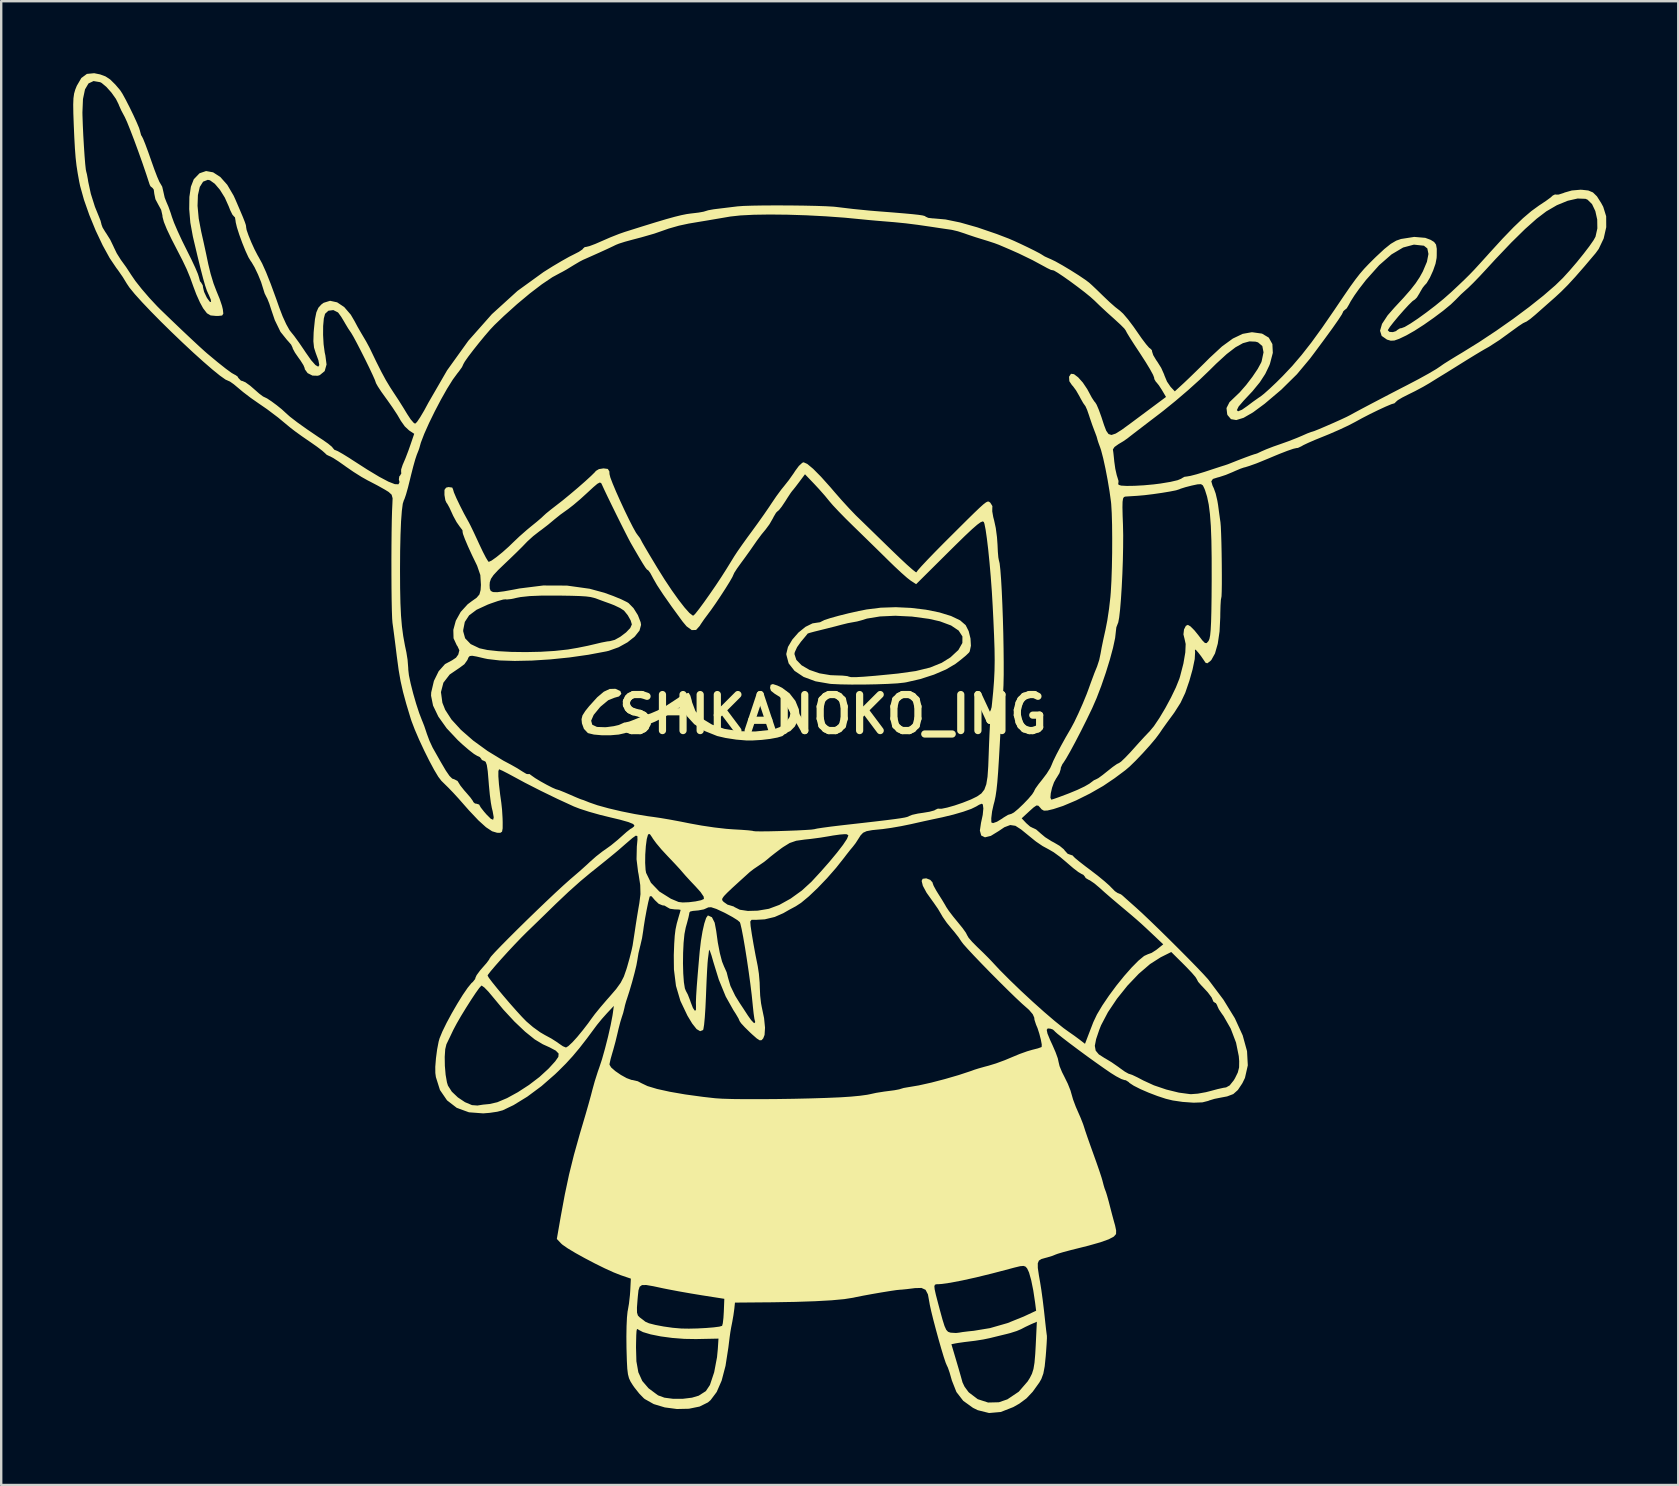
<source format=kicad_pcb>
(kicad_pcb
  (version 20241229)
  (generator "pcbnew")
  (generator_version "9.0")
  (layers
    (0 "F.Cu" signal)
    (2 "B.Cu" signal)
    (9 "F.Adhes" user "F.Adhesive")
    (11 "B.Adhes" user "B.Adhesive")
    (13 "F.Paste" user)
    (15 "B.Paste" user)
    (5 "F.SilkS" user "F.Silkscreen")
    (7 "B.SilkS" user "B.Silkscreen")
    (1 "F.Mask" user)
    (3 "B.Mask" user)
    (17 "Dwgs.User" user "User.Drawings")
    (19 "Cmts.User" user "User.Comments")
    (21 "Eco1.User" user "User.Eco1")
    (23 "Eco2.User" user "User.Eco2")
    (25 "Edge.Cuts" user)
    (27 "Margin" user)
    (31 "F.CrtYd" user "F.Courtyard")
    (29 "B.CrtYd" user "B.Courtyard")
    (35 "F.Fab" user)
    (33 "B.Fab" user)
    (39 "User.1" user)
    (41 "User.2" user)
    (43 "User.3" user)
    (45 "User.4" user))
  (footprint "SHIKANOKO_IMG"
    (layer "F.Cu")
    (at 31.657 26.709)
    (property "Reference" "SHIKANOKO_IMG" (at 0 0 0) (layer "F.SilkS") (effects (font (size 1.5 1.5) (thickness 0.3))))
    (attr board_only exclude_from_pos_files exclude_from_bom)
    (fp_poly (pts (xy 3.249 -4.432) (xy 3.865 -4.358) (xy 4.431 -4.244) (xy 4.916 -4.095) (xy 5.292 -3.915) (xy 5.525 -3.714) (xy 5.651 -3.464) (xy 5.727 -3.157) (xy 5.744 -2.856) (xy 5.695 -2.622) (xy 5.663 -2.57) (xy 5.535 -2.447) (xy 5.319 -2.268) (xy 5.096 -2.097) (xy 4.71 -1.869) (xy 4.207 -1.653) (xy 3.637 -1.468) (xy 3.053 -1.334) (xy 2.963 -1.319) (xy 2.685 -1.289) (xy 2.282 -1.266) (xy 1.799 -1.249) (xy 1.279 -1.239) (xy 0.767 -1.238) (xy 0.307 -1.246) (xy -0.057 -1.263) (xy -0.127 -1.269) (xy -0.728 -1.373) (xy -1.226 -1.557) (xy -1.605 -1.81) (xy -1.85 -2.122) (xy -1.946 -2.483) (xy -1.947 -2.511) (xy -1.609 -2.511) (xy -1.529 -2.266) (xy -1.309 -2.04) (xy -0.98 -1.849) (xy -0.569 -1.707) (xy -0.108 -1.63) (xy 0.12 -1.621) (xy 0.393 -1.612) (xy 0.593 -1.591) (xy 0.661 -1.568) (xy 0.747 -1.548) (xy 0.952 -1.547) (xy 1.287 -1.566) (xy 1.764 -1.605) (xy 2.393 -1.666) (xy 2.709 -1.698) (xy 3.444 -1.801) (xy 4.041 -1.947) (xy 4.525 -2.143) (xy 4.892 -2.372) (xy 5.223 -2.68) (xy 5.388 -2.972) (xy 5.39 -3.243) (xy 5.233 -3.488) (xy 4.919 -3.699) (xy 4.452 -3.873) (xy 4.003 -3.975) (xy 3.289 -4.071) (xy 2.593 -4.105) (xy 1.954 -4.076) (xy 1.413 -3.987) (xy 1.185 -3.916) (xy 1.002 -3.867) (xy 0.847 -3.839) (xy 0.615 -3.796) (xy 0.348 -3.73) (xy 0.339 -3.728) (xy 0.095 -3.663) (xy -0.233 -3.58) (xy -0.503 -3.513) (xy -0.781 -3.444) (xy -0.98 -3.39) (xy -1.057 -3.363) (xy -1.111 -3.294) (xy -1.241 -3.137) (xy -1.337 -3.024) (xy -1.498 -2.797) (xy -1.595 -2.586) (xy -1.609 -2.511) (xy -1.947 -2.511) (xy -1.947 -2.523) (xy -1.878 -2.806) (xy -1.696 -3.114) (xy -1.44 -3.407) (xy -1.147 -3.644) (xy -0.857 -3.787) (xy -0.713 -3.81) (xy -0.542 -3.835) (xy -0.478 -3.868) (xy -0.357 -3.928) (xy -0.105 -4.01) (xy 0.241 -4.106) (xy 0.644 -4.207) (xy 1.069 -4.302) (xy 1.397 -4.367) (xy 1.986 -4.441) (xy 2.613 -4.462)) (stroke (width 0) (type solid)) (fill yes) (layer "F.SilkS"))
    (fp_poly (pts (xy -2.321 -1.199) (xy -2.122 -1.103) (xy -1.813 -0.873) (xy -1.568 -0.557) (xy -1.426 -0.21) (xy -1.405 -0.037) (xy -1.459 0.248) (xy -1.596 0.513) (xy -1.779 0.698) (xy -1.871 0.74) (xy -2.004 0.801) (xy -2.032 0.843) (xy -2.11 0.908) (xy -2.319 0.97) (xy -2.62 1.026) (xy -2.975 1.068) (xy -3.344 1.09) (xy -3.619 1.09) (xy -4.037 1.055) (xy -4.481 0.986) (xy -4.825 0.906) (xy -5.35 0.696) (xy -5.782 0.413) (xy -6.088 0.078) (xy -6.152 -0.03) (xy -6.248 -0.215) (xy -6.307 -0.318) (xy -6.31 -0.323) (xy -6.385 -0.293) (xy -6.557 -0.188) (xy -6.744 -0.06) (xy -7.036 0.117) (xy -7.41 0.304) (xy -7.785 0.459) (xy -7.789 0.461) (xy -8.129 0.585) (xy -8.437 0.698) (xy -8.655 0.779) (xy -8.674 0.787) (xy -8.929 0.845) (xy -9.269 0.874) (xy -9.634 0.874) (xy -9.963 0.845) (xy -10.195 0.789) (xy -10.22 0.777) (xy -10.38 0.606) (xy -10.462 0.381) (xy -10.479 0.204) (xy -10.44 0.048) (xy -10.322 -0.138) (xy -10.162 -0.337) (xy -9.827 -0.707) (xy -9.55 -0.941) (xy -9.307 -1.055) (xy -9.077 -1.062) (xy -9.054 -1.057) (xy -8.863 -0.969) (xy -8.819 -0.851) (xy -8.918 -0.743) (xy -9.102 -0.691) (xy -9.364 -0.587) (xy -9.672 -0.332) (xy -9.716 -0.287) (xy -9.973 0.026) (xy -10.078 0.267) (xy -10.032 0.435) (xy -9.836 0.527) (xy -9.49 0.539) (xy -9.409 0.532) (xy -9.133 0.495) (xy -8.926 0.446) (xy -8.852 0.413) (xy -8.698 0.343) (xy -8.653 0.339) (xy -8.498 0.305) (xy -8.283 0.224) (xy -8.268 0.217) (xy -8.022 0.116) (xy -7.714 0.003) (xy -7.59 -0.039) (xy -7.311 -0.158) (xy -6.972 -0.343) (xy -6.645 -0.554) (xy -6.639 -0.558) (xy -6.375 -0.734) (xy -6.158 -0.852) (xy -6.027 -0.894) (xy -6.013 -0.89) (xy -5.946 -0.779) (xy -5.886 -0.569) (xy -5.875 -0.508) (xy -5.733 -0.133) (xy -5.449 0.182) (xy -5.04 0.43) (xy -4.525 0.607) (xy -3.921 0.704) (xy -3.247 0.717) (xy -2.52 0.64) (xy -2.487 0.634) (xy -2.205 0.528) (xy -1.963 0.339) (xy -1.808 0.11) (xy -1.778 -0.032) (xy -1.843 -0.256) (xy -2.008 -0.508) (xy -2.225 -0.728) (xy -2.427 -0.852) (xy -2.587 -0.979) (xy -2.625 -1.099) (xy -2.6 -1.226) (xy -2.508 -1.259)) (stroke (width 0) (type solid)) (fill yes) (layer "F.SilkS"))
    (fp_poly (pts (xy -30.535 -26.659) (xy -30.314 -26.577) (xy -30.117 -26.448) (xy -29.902 -26.236) (xy -29.703 -26.003) (xy -29.607 -25.856) (xy -29.471 -25.608) (xy -29.313 -25.3) (xy -29.154 -24.973) (xy -29.015 -24.67) (xy -28.914 -24.431) (xy -28.873 -24.298) (xy -28.873 -24.295) (xy -28.828 -24.127) (xy -28.798 -24.083) (xy -28.743 -23.975) (xy -28.649 -23.741) (xy -28.529 -23.417) (xy -28.408 -23.072) (xy -28.276 -22.7) (xy -28.157 -22.39) (xy -28.064 -22.176) (xy -28.013 -22.092) (xy -27.949 -21.981) (xy -27.903 -21.782) (xy -27.846 -21.528) (xy -27.771 -21.337) (xy -27.69 -21.149) (xy -27.593 -20.877) (xy -27.545 -20.724) (xy -27.456 -20.479) (xy -27.307 -20.132) (xy -27.12 -19.728) (xy -26.917 -19.319) (xy -26.728 -18.939) (xy -26.571 -18.604) (xy -26.463 -18.347) (xy -26.417 -18.202) (xy -26.416 -18.194) (xy -26.373 -18.038) (xy -26.331 -17.992) (xy -26.26 -17.872) (xy -26.247 -17.777) (xy -26.204 -17.599) (xy -26.099 -17.374) (xy -26.078 -17.338) (xy -25.966 -17.187) (xy -25.913 -17.175) (xy -25.926 -17.279) (xy -26.01 -17.479) (xy -26.028 -17.513) (xy -26.088 -17.65) (xy -26.159 -17.858) (xy -26.244 -18.155) (xy -26.349 -18.56) (xy -26.479 -19.09) (xy -26.639 -19.765) (xy -26.673 -19.912) (xy -26.777 -20.483) (xy -26.824 -21.043) (xy -26.817 -21.554) (xy -26.754 -21.98) (xy -26.637 -22.283) (xy -26.631 -22.293) (xy -26.394 -22.54) (xy -26.121 -22.633) (xy -25.828 -22.579) (xy -25.529 -22.386) (xy -25.239 -22.06) (xy -24.974 -21.609) (xy -24.905 -21.458) (xy -24.716 -21.019) (xy -24.585 -20.71) (xy -24.505 -20.506) (xy -24.464 -20.383) (xy -24.453 -20.316) (xy -24.454 -20.301) (xy -24.432 -20.176) (xy -24.352 -19.948) (xy -24.237 -19.665) (xy -24.105 -19.375) (xy -23.976 -19.126) (xy -23.933 -19.052) (xy -23.786 -18.784) (xy -23.62 -18.415) (xy -23.426 -17.926) (xy -23.197 -17.3) (xy -23.075 -16.952) (xy -22.934 -16.584) (xy -22.783 -16.253) (xy -22.647 -16.009) (xy -22.591 -15.936) (xy -22.446 -15.756) (xy -22.248 -15.483) (xy -22.035 -15.171) (xy -21.983 -15.092) (xy -21.747 -14.755) (xy -21.566 -14.551) (xy -21.449 -14.482) (xy -21.404 -14.549) (xy -21.442 -14.751) (xy -21.553 -15.052) (xy -21.624 -15.276) (xy -21.651 -15.541) (xy -21.64 -15.902) (xy -21.628 -16.044) (xy -21.585 -16.46) (xy -21.527 -16.745) (xy -21.443 -16.937) (xy -21.317 -17.075) (xy -21.223 -17.144) (xy -20.955 -17.227) (xy -20.661 -17.163) (xy -20.366 -16.966) (xy -20.093 -16.649) (xy -19.937 -16.383) (xy -19.811 -16.147) (xy -19.651 -15.869) (xy -19.604 -15.79) (xy -19.453 -15.534) (xy -19.326 -15.299) (xy -19.296 -15.24) (xy -19.032 -14.692) (xy -18.817 -14.265) (xy -18.632 -13.923) (xy -18.457 -13.632) (xy -18.319 -13.419) (xy -18.103 -13.091) (xy -17.888 -12.749) (xy -17.743 -12.509) (xy -17.597 -12.287) (xy -17.47 -12.141) (xy -17.411 -12.107) (xy -17.335 -12.178) (xy -17.204 -12.371) (xy -17.035 -12.656) (xy -16.863 -12.975) (xy -16.08 -14.329) (xy -15.194 -15.563) (xy -14.214 -16.67) (xy -13.146 -17.64) (xy -12.06 -18.426) (xy -11.682 -18.663) (xy -11.311 -18.883) (xy -10.996 -19.06) (xy -10.816 -19.151) (xy -10.59 -19.267) (xy -10.444 -19.365) (xy -10.414 -19.405) (xy -10.345 -19.465) (xy -10.283 -19.473) (xy -10.144 -19.507) (xy -9.905 -19.597) (xy -9.627 -19.718) (xy -9.276 -19.871) (xy -8.911 -20.015) (xy -8.678 -20.096) (xy -7.97 -20.319) (xy -7.401 -20.495) (xy -6.951 -20.629) (xy -6.597 -20.727) (xy -6.32 -20.795) (xy -6.098 -20.84) (xy -5.91 -20.866) (xy -5.879 -20.869) (xy -5.604 -20.902) (xy -5.397 -20.939) (xy -5.324 -20.961) (xy -5.2 -20.999) (xy -4.978 -21.039) (xy -4.89 -21.05) (xy -4.605 -21.085) (xy -4.244 -21.129) (xy -3.979 -21.161) (xy -3.735 -21.179) (xy -3.357 -21.191) (xy -2.882 -21.199) (xy -2.344 -21.201) (xy -1.779 -21.199) (xy -1.224 -21.192) (xy -0.713 -21.181) (xy -0.282 -21.166) (xy 0.032 -21.148) (xy 0.127 -21.138) (xy 0.837 -21.053) (xy 1.532 -20.984) (xy 1.82 -20.96) (xy 2.461 -20.91) (xy 2.952 -20.869) (xy 3.314 -20.836) (xy 3.566 -20.808) (xy 3.727 -20.784) (xy 3.818 -20.76) (xy 3.858 -20.734) (xy 3.86 -20.731) (xy 3.967 -20.682) (xy 4.169 -20.659) (xy 4.2 -20.659) (xy 4.685 -20.616) (xy 5.295 -20.49) (xy 6.011 -20.287) (xy 6.814 -20.012) (xy 7.324 -19.817) (xy 7.535 -19.726) (xy 7.811 -19.599) (xy 8.109 -19.457) (xy 8.388 -19.319) (xy 8.604 -19.206) (xy 8.715 -19.14) (xy 8.721 -19.135) (xy 8.821 -19.073) (xy 9.014 -18.986) (xy 9.059 -18.968) (xy 9.264 -18.869) (xy 9.56 -18.703) (xy 9.899 -18.5) (xy 10.235 -18.288) (xy 10.519 -18.096) (xy 10.668 -17.984) (xy 10.788 -17.876) (xy 10.988 -17.687) (xy 11.227 -17.454) (xy 11.261 -17.421) (xy 11.518 -17.176) (xy 11.76 -16.963) (xy 11.938 -16.825) (xy 11.948 -16.818) (xy 12.09 -16.687) (xy 12.29 -16.452) (xy 12.517 -16.151) (xy 12.652 -15.957) (xy 12.861 -15.657) (xy 13.041 -15.419) (xy 13.168 -15.272) (xy 13.213 -15.24) (xy 13.283 -15.171) (xy 13.293 -15.107) (xy 13.341 -14.96) (xy 13.463 -14.755) (xy 13.509 -14.691) (xy 13.672 -14.431) (xy 13.793 -14.16) (xy 13.805 -14.12) (xy 13.914 -13.86) (xy 14.061 -13.644) (xy 14.238 -13.454) (xy 14.619 -13.804) (xy 14.839 -14.013) (xy 15.135 -14.3) (xy 15.462 -14.621) (xy 15.691 -14.85) (xy 16.203 -15.324) (xy 16.656 -15.654) (xy 17.064 -15.849) (xy 17.441 -15.917) (xy 17.464 -15.917) (xy 17.872 -15.86) (xy 18.153 -15.693) (xy 18.304 -15.424) (xy 18.322 -15.058) (xy 18.203 -14.603) (xy 18.175 -14.531) (xy 18.006 -14.179) (xy 17.782 -13.834) (xy 17.474 -13.458) (xy 17.103 -13.062) (xy 16.897 -12.821) (xy 16.824 -12.671) (xy 16.874 -12.622) (xy 17.038 -12.689) (xy 17.257 -12.842) (xy 17.505 -13.028) (xy 17.743 -13.196) (xy 17.801 -13.233) (xy 17.953 -13.352) (xy 18.189 -13.562) (xy 18.474 -13.832) (xy 18.732 -14.089) (xy 19.128 -14.508) (xy 19.519 -14.966) (xy 19.927 -15.487) (xy 20.373 -16.101) (xy 20.877 -16.832) (xy 20.945 -16.933) (xy 21.281 -17.43) (xy 21.545 -17.814) (xy 21.76 -18.111) (xy 21.946 -18.35) (xy 22.126 -18.559) (xy 22.322 -18.765) (xy 22.554 -18.996) (xy 22.622 -19.062) (xy 22.967 -19.383) (xy 23.236 -19.599) (xy 23.463 -19.733) (xy 23.661 -19.802) (xy 24.214 -19.889) (xy 24.673 -19.85) (xy 24.896 -19.767) (xy 25.041 -19.678) (xy 25.122 -19.569) (xy 25.153 -19.394) (xy 25.151 -19.107) (xy 25.146 -19.01) (xy 25.101 -18.774) (xy 24.999 -18.482) (xy 24.867 -18.192) (xy 24.731 -17.963) (xy 24.64 -17.865) (xy 24.563 -17.767) (xy 24.454 -17.582) (xy 24.436 -17.547) (xy 24.326 -17.367) (xy 24.236 -17.275) (xy 24.225 -17.272) (xy 24.14 -17.211) (xy 23.98 -17.053) (xy 23.776 -16.832) (xy 23.557 -16.582) (xy 23.355 -16.339) (xy 23.198 -16.138) (xy 23.118 -16.013) (xy 23.114 -15.996) (xy 23.18 -15.932) (xy 23.323 -15.922) (xy 23.459 -15.966) (xy 23.495 -16.002) (xy 23.617 -16.078) (xy 23.681 -16.087) (xy 23.818 -16.138) (xy 24.056 -16.278) (xy 24.366 -16.485) (xy 24.717 -16.739) (xy 25.083 -17.019) (xy 25.433 -17.304) (xy 25.738 -17.573) (xy 25.757 -17.59) (xy 26.073 -17.886) (xy 26.315 -18.117) (xy 26.518 -18.318) (xy 26.717 -18.525) (xy 26.947 -18.776) (xy 27.246 -19.106) (xy 27.347 -19.219) (xy 27.891 -19.814) (xy 28.351 -20.291) (xy 28.747 -20.67) (xy 29.095 -20.966) (xy 29.416 -21.199) (xy 29.464 -21.23) (xy 29.712 -21.396) (xy 29.901 -21.535) (xy 29.984 -21.612) (xy 30.084 -21.661) (xy 30.112 -21.651) (xy 30.23 -21.653) (xy 30.429 -21.716) (xy 30.481 -21.738) (xy 30.779 -21.823) (xy 31.134 -21.854) (xy 31.2 -21.852) (xy 31.464 -21.823) (xy 31.659 -21.742) (xy 31.826 -21.579) (xy 32.001 -21.303) (xy 32.088 -21.142) (xy 32.21 -20.749) (xy 32.213 -20.293) (xy 32.106 -19.822) (xy 31.898 -19.386) (xy 31.769 -19.209) (xy 31.309 -18.665) (xy 30.931 -18.232) (xy 30.613 -17.886) (xy 30.333 -17.605) (xy 30.091 -17.381) (xy 29.793 -17.118) (xy 29.492 -16.852) (xy 29.253 -16.641) (xy 29.252 -16.64) (xy 29.05 -16.472) (xy 28.896 -16.364) (xy 28.844 -16.341) (xy 28.746 -16.293) (xy 28.555 -16.167) (xy 28.311 -15.99) (xy 28.293 -15.977) (xy 27.763 -15.592) (xy 27.326 -15.31) (xy 27.135 -15.203) (xy 26.993 -15.12) (xy 26.747 -14.972) (xy 26.439 -14.783) (xy 26.246 -14.663) (xy 25.921 -14.46) (xy 25.634 -14.282) (xy 25.427 -14.154) (xy 25.359 -14.113) (xy 25.185 -14.006) (xy 24.945 -13.857) (xy 24.851 -13.798) (xy 24.588 -13.645) (xy 24.253 -13.466) (xy 23.982 -13.332) (xy 23.719 -13.199) (xy 23.529 -13.086) (xy 23.453 -13.019) (xy 23.453 -13.018) (xy 23.389 -12.955) (xy 23.38 -12.954) (xy 23.257 -12.917) (xy 23.022 -12.818) (xy 22.715 -12.676) (xy 22.373 -12.509) (xy 22.034 -12.334) (xy 21.759 -12.183) (xy 21.474 -12.034) (xy 21.091 -11.855) (xy 20.673 -11.673) (xy 20.447 -11.581) (xy 20.092 -11.437) (xy 19.794 -11.308) (xy 19.59 -11.211) (xy 19.52 -11.169) (xy 19.369 -11.098) (xy 19.305 -11.091) (xy 19.171 -11.06) (xy 18.924 -10.975) (xy 18.61 -10.853) (xy 18.454 -10.789) (xy 18.123 -10.65) (xy 17.841 -10.534) (xy 17.654 -10.458) (xy 17.611 -10.442) (xy 17.411 -10.371) (xy 17.357 -10.351) (xy 17.171 -10.293) (xy 17.118 -10.281) (xy 16.977 -10.233) (xy 16.754 -10.139) (xy 16.652 -10.093) (xy 16.366 -9.974) (xy 16.088 -9.883) (xy 16.023 -9.867) (xy 15.826 -9.805) (xy 15.759 -9.706) (xy 15.81 -9.527) (xy 15.863 -9.415) (xy 15.941 -9.198) (xy 16.011 -8.898) (xy 16.041 -8.721) (xy 16.083 -8.405) (xy 16.123 -8.118) (xy 16.14 -8.001) (xy 16.155 -7.822) (xy 16.168 -7.526) (xy 16.18 -7.145) (xy 16.189 -6.713) (xy 16.195 -6.261) (xy 16.198 -5.823) (xy 16.198 -5.431) (xy 16.193 -5.118) (xy 16.185 -4.917) (xy 16.175 -4.858) (xy 16.157 -4.762) (xy 16.143 -4.536) (xy 16.134 -4.221) (xy 16.132 -4.039) (xy 16.103 -3.45) (xy 16.028 -2.939) (xy 15.913 -2.535) (xy 15.763 -2.265) (xy 15.721 -2.221) (xy 15.594 -2.124) (xy 15.518 -2.148) (xy 15.462 -2.233) (xy 15.332 -2.422) (xy 15.216 -2.571) (xy 15.109 -2.692) (xy 15.077 -2.684) (xy 15.084 -2.582) (xy 15.068 -2.297) (xy 14.977 -1.863) (xy 14.846 -1.397) (xy 14.673 -0.892) (xy 14.477 -0.477) (xy 14.22 -0.073) (xy 14.105 0.085) (xy 13.9 0.364) (xy 13.715 0.624) (xy 13.604 0.789) (xy 13.44 1.009) (xy 13.196 1.299) (xy 12.908 1.618) (xy 12.615 1.926) (xy 12.355 2.179) (xy 12.18 2.328) (xy 12.047 2.428) (xy 11.839 2.583) (xy 11.726 2.667) (xy 11.257 2.984) (xy 10.706 3.3) (xy 10.13 3.587) (xy 9.583 3.818) (xy 9.186 3.948) (xy 8.932 4.009) (xy 8.786 4.015) (xy 8.691 3.962) (xy 8.636 3.897) (xy 8.555 3.809) (xy 8.475 3.799) (xy 8.352 3.883) (xy 8.184 4.034) (xy 7.859 4.334) (xy 8.051 4.538) (xy 8.21 4.678) (xy 8.335 4.741) (xy 8.34 4.741) (xy 8.46 4.798) (xy 8.62 4.937) (xy 8.635 4.952) (xy 8.837 5.121) (xy 9.106 5.291) (xy 9.202 5.341) (xy 9.44 5.481) (xy 9.615 5.626) (xy 9.656 5.681) (xy 9.775 5.811) (xy 9.86 5.842) (xy 9.984 5.884) (xy 10.005 5.911) (xy 10.081 5.988) (xy 10.264 6.139) (xy 10.522 6.34) (xy 10.71 6.481) (xy 11.027 6.724) (xy 11.312 6.958) (xy 11.524 7.147) (xy 11.59 7.216) (xy 11.744 7.371) (xy 11.859 7.448) (xy 11.872 7.451) (xy 11.995 7.502) (xy 12.064 7.556) (xy 12.185 7.665) (xy 12.387 7.845) (xy 12.61 8.043) (xy 12.867 8.277) (xy 13.198 8.591) (xy 13.581 8.961) (xy 13.991 9.364) (xy 14.405 9.776) (xy 14.798 10.172) (xy 15.147 10.529) (xy 15.427 10.823) (xy 15.615 11.03) (xy 15.646 11.067) (xy 16.265 11.891) (xy 16.739 12.663) (xy 17.067 13.379) (xy 17.248 14.035) (xy 17.28 14.626) (xy 17.161 15.15) (xy 17.053 15.372) (xy 16.866 15.653) (xy 16.675 15.823) (xy 16.419 15.92) (xy 16.161 15.969) (xy 15.893 16.022) (xy 15.675 16.088) (xy 15.631 16.107) (xy 15.39 16.168) (xy 15.022 16.182) (xy 14.56 16.149) (xy 14.151 16.089) (xy 13.864 16.019) (xy 13.517 15.905) (xy 13.15 15.765) (xy 12.806 15.616) (xy 12.526 15.474) (xy 12.349 15.358) (xy 12.318 15.323) (xy 12.197 15.247) (xy 12.143 15.24) (xy 12.01 15.195) (xy 11.791 15.08) (xy 11.576 14.946) (xy 11.283 14.745) (xy 10.939 14.502) (xy 10.569 14.236) (xy 10.2 13.964) (xy 9.999 13.813) (xy 10.906 13.813) (xy 10.942 14.013) (xy 11.073 14.17) (xy 11.307 14.32) (xy 11.346 14.341) (xy 11.607 14.499) (xy 11.889 14.694) (xy 11.954 14.743) (xy 12.157 14.888) (xy 12.312 14.975) (xy 12.351 14.986) (xy 12.464 15.024) (xy 12.677 15.125) (xy 12.928 15.257) (xy 13.368 15.459) (xy 13.884 15.634) (xy 14.405 15.762) (xy 14.864 15.824) (xy 14.931 15.826) (xy 15.2 15.805) (xy 15.536 15.744) (xy 15.735 15.693) (xy 16.025 15.615) (xy 16.268 15.561) (xy 16.376 15.545) (xy 16.525 15.462) (xy 16.695 15.249) (xy 16.747 15.161) (xy 16.863 14.925) (xy 16.917 14.713) (xy 16.921 14.452) (xy 16.904 14.243) (xy 16.79 13.68) (xy 16.568 13.096) (xy 16.267 12.57) (xy 16.201 12.48) (xy 16.072 12.287) (xy 16.005 12.141) (xy 16.002 12.121) (xy 15.945 12.028) (xy 15.917 12.023) (xy 15.835 11.959) (xy 15.833 11.939) (xy 15.773 11.798) (xy 15.61 11.581) (xy 15.371 11.324) (xy 15.346 11.3) (xy 15.212 11.147) (xy 15.155 11.038) (xy 15.155 11.037) (xy 15.099 10.946) (xy 14.948 10.77) (xy 14.73 10.54) (xy 14.623 10.432) (xy 14.091 9.904) (xy 13.65 10.124) (xy 13.208 10.406) (xy 12.737 10.811) (xy 12.268 11.303) (xy 11.83 11.849) (xy 11.453 12.411) (xy 11.167 12.955) (xy 11.094 13.138) (xy 10.96 13.534) (xy 10.906 13.813) (xy 9.999 13.813) (xy 9.857 13.707) (xy 9.566 13.483) (xy 9.351 13.312) (xy 9.239 13.212) (xy 9.229 13.197) (xy 9.159 13.135) (xy 9.059 13.099) (xy 8.945 13.088) (xy 8.902 13.149) (xy 8.934 13.303) (xy 9.044 13.571) (xy 9.144 13.787) (xy 9.272 14.082) (xy 9.364 14.336) (xy 9.398 14.494) (xy 9.437 14.659) (xy 9.539 14.906) (xy 9.637 15.1) (xy 9.781 15.393) (xy 9.893 15.675) (xy 9.932 15.813) (xy 10 16.049) (xy 10.113 16.351) (xy 10.192 16.532) (xy 10.317 16.818) (xy 10.417 17.073) (xy 10.455 17.187) (xy 10.507 17.352) (xy 10.603 17.633) (xy 10.728 17.987) (xy 10.836 18.288) (xy 10.975 18.676) (xy 11.097 19.029) (xy 11.187 19.303) (xy 11.224 19.431) (xy 11.276 19.63) (xy 11.311 19.747) (xy 11.355 19.865) (xy 11.368 19.897) (xy 11.414 20.044) (xy 11.484 20.295) (xy 11.545 20.532) (xy 11.628 20.852) (xy 11.707 21.144) (xy 11.75 21.294) (xy 11.794 21.506) (xy 11.791 21.653) (xy 11.699 21.76) (xy 11.487 21.873) (xy 11.141 21.997) (xy 10.648 22.137) (xy 10.287 22.228) (xy 9.907 22.323) (xy 9.585 22.409) (xy 9.36 22.476) (xy 9.271 22.509) (xy 9.14 22.563) (xy 8.918 22.63) (xy 8.848 22.648) (xy 8.681 22.696) (xy 8.577 22.76) (xy 8.53 22.873) (xy 8.531 23.067) (xy 8.576 23.373) (xy 8.627 23.664) (xy 8.678 23.984) (xy 8.735 24.4) (xy 8.788 24.84) (xy 8.806 25.004) (xy 8.845 25.363) (xy 8.878 25.657) (xy 8.902 25.846) (xy 8.909 25.893) (xy 8.91 25.998) (xy 8.898 26.23) (xy 8.876 26.55) (xy 8.861 26.741) (xy 8.818 27.165) (xy 8.761 27.467) (xy 8.678 27.694) (xy 8.593 27.842) (xy 8.318 28.225) (xy 8.058 28.501) (xy 7.761 28.721) (xy 7.509 28.864) (xy 6.988 29.068) (xy 6.501 29.111) (xy 6.029 28.993) (xy 5.831 28.896) (xy 5.423 28.602) (xy 5.14 28.236) (xy 4.95 27.755) (xy 4.936 27.704) (xy 4.857 27.429) (xy 4.784 27.218) (xy 4.744 27.136) (xy 4.694 27.02) (xy 4.612 26.775) (xy 4.51 26.437) (xy 4.455 26.245) (xy 4.931 26.245) (xy 5.138 26.944) (xy 5.239 27.288) (xy 5.325 27.588) (xy 5.382 27.793) (xy 5.391 27.829) (xy 5.478 28.013) (xy 5.633 28.224) (xy 5.66 28.255) (xy 6.029 28.535) (xy 6.459 28.674) (xy 6.91 28.663) (xy 7.264 28.541) (xy 7.737 28.223) (xy 8.108 27.794) (xy 8.199 27.649) (xy 8.288 27.473) (xy 8.35 27.275) (xy 8.393 27.015) (xy 8.424 26.653) (xy 8.443 26.312) (xy 8.491 25.308) (xy 8.246 25.414) (xy 8.01 25.525) (xy 7.832 25.618) (xy 7.65 25.695) (xy 7.382 25.78) (xy 7.239 25.817) (xy 6.922 25.894) (xy 6.617 25.969) (xy 6.519 25.993) (xy 6.258 26.047) (xy 5.927 26.099) (xy 5.757 26.12) (xy 5.461 26.156) (xy 5.21 26.192) (xy 5.111 26.209) (xy 4.931 26.245) (xy 4.455 26.245) (xy 4.397 26.043) (xy 4.283 25.626) (xy 4.177 25.224) (xy 4.09 24.871) (xy 4.031 24.604) (xy 4.013 24.499) (xy 3.953 24.168) (xy 3.854 23.978) (xy 3.684 23.9) (xy 3.412 23.907) (xy 3.357 23.914) (xy 3.082 23.948) (xy 2.864 23.97) (xy 2.794 23.974) (xy 2.641 23.989) (xy 2.367 24.03) (xy 2.014 24.087) (xy 1.627 24.154) (xy 1.251 24.223) (xy 0.929 24.287) (xy 0.834 24.308) (xy 0.466 24.366) (xy -0.063 24.415) (xy -0.745 24.453) (xy -1.573 24.481) (xy -2.537 24.498) (xy -2.7 24.499) (xy -4.087 24.511) (xy -4.113 24.765) (xy -4.15 25.035) (xy -4.199 25.315) (xy -4.245 25.547) (xy -4.278 25.738) (xy -4.308 25.952) (xy -4.345 26.25) (xy -4.36 26.374) (xy -4.48 27.146) (xy -4.642 27.763) (xy -4.848 28.235) (xy -5.102 28.574) (xy -5.212 28.669) (xy -5.56 28.842) (xy -6.006 28.933) (xy -6.505 28.944) (xy -7.009 28.878) (xy -7.471 28.739) (xy -7.844 28.529) (xy -7.886 28.495) (xy -8.072 28.304) (xy -8.274 28.049) (xy -8.344 27.949) (xy -8.437 27.801) (xy -8.502 27.66) (xy -8.545 27.493) (xy -8.573 27.266) (xy -8.59 26.944) (xy -8.603 26.493) (xy -8.606 26.392) (xy -8.606 26.374) (xy -8.209 26.374) (xy -8.193 26.957) (xy -8.112 27.414) (xy -7.948 27.777) (xy -7.686 28.081) (xy -7.31 28.361) (xy -7.281 28.379) (xy -7.024 28.472) (xy -6.665 28.519) (xy -6.262 28.519) (xy -5.878 28.472) (xy -5.597 28.389) (xy -5.299 28.198) (xy -5.129 27.943) (xy -4.952 27.411) (xy -4.834 26.786) (xy -4.801 26.446) (xy -4.773 26.011) (xy -5.71 26.03) (xy -6.196 26.022) (xy -6.698 25.983) (xy -7.178 25.919) (xy -7.598 25.835) (xy -7.92 25.739) (xy -8.092 25.649) (xy -8.14 25.613) (xy -8.17 25.619) (xy -8.188 25.696) (xy -8.199 25.873) (xy -8.206 26.176) (xy -8.209 26.374) (xy -8.606 26.374) (xy -8.61 25.925) (xy -8.603 25.489) (xy -8.586 25.128) (xy -8.561 24.882) (xy -8.553 24.845) (xy -8.531 24.719) (xy -8.17 24.719) (xy -8.167 24.927) (xy -8.13 25.049) (xy -8.06 25.122) (xy -7.893 25.248) (xy -7.821 25.306) (xy -7.673 25.372) (xy -7.403 25.441) (xy -7.056 25.507) (xy -6.679 25.56) (xy -6.317 25.591) (xy -6.308 25.591) (xy -6.005 25.596) (xy -5.653 25.588) (xy -5.295 25.569) (xy -4.975 25.543) (xy -4.737 25.512) (xy -4.622 25.479) (xy -4.622 25.478) (xy -4.593 25.374) (xy -4.567 25.151) (xy -4.551 24.891) (xy -4.53 24.353) (xy -5.461 24.207) (xy -5.932 24.129) (xy -6.428 24.042) (xy -6.874 23.957) (xy -7.07 23.918) (xy -7.495 23.827) (xy -7.502 23.826) (xy 4.221 23.826) (xy 4.233 23.956) (xy 4.283 24.182) (xy 4.373 24.528) (xy 4.452 24.825) (xy 4.561 25.223) (xy 4.644 25.487) (xy 4.716 25.645) (xy 4.791 25.726) (xy 4.884 25.76) (xy 4.907 25.764) (xy 5.122 25.777) (xy 5.247 25.763) (xy 5.396 25.738) (xy 5.65 25.707) (xy 5.859 25.686) (xy 6.538 25.574) (xy 7.266 25.365) (xy 7.94 25.093) (xy 8.461 24.85) (xy 8.418 24.511) (xy 8.342 24.004) (xy 8.255 23.575) (xy 8.165 23.256) (xy 8.087 23.088) (xy 8.021 23.013) (xy 7.937 22.982) (xy 7.795 22.994) (xy 7.554 23.052) (xy 7.353 23.106) (xy 6.635 23.295) (xy 5.967 23.459) (xy 5.374 23.59) (xy 4.883 23.684) (xy 4.517 23.735) (xy 4.403 23.743) (xy 4.307 23.746) (xy 4.246 23.765) (xy 4.221 23.826) (xy -7.502 23.826) (xy -7.782 23.778) (xy -7.96 23.781) (xy -8.058 23.851) (xy -8.106 23.998) (xy -8.132 24.237) (xy -8.145 24.384) (xy -8.17 24.719) (xy -8.531 24.719) (xy -8.503 24.558) (xy -8.463 24.204) (xy -8.449 24.007) (xy -8.424 23.512) (xy -8.848 23.368) (xy -9.143 23.251) (xy -9.515 23.082) (xy -9.927 22.878) (xy -10.345 22.659) (xy -10.731 22.445) (xy -11.051 22.253) (xy -11.267 22.103) (xy -11.321 22.056) (xy -11.508 21.859) (xy -11.348 20.941) (xy -11.176 20.011) (xy -10.998 19.173) (xy -10.795 18.355) (xy -10.551 17.484) (xy -10.438 17.103) (xy -10.309 16.666) (xy -10.186 16.237) (xy -10.085 15.871) (xy -10.03 15.658) (xy -9.928 15.289) (xy -9.801 14.89) (xy -9.741 14.72) (xy -9.701 14.6) (xy -9.313 14.6) (xy -9.244 14.715) (xy -9.07 14.867) (xy -8.838 15.026) (xy -8.598 15.159) (xy -8.398 15.233) (xy -8.344 15.24) (xy -8.138 15.288) (xy -7.978 15.372) (xy -7.73 15.49) (xy -7.331 15.61) (xy -6.8 15.727) (xy -6.154 15.839) (xy -5.413 15.94) (xy -4.908 15.997) (xy -4.617 16.016) (xy -4.187 16.029) (xy -3.646 16.035) (xy -3.023 16.035) (xy -2.348 16.03) (xy -1.651 16.02) (xy -0.959 16.004) (xy -0.304 15.984) (xy 0.287 15.959) (xy 0.339 15.956) (xy 0.746 15.929) (xy 1.122 15.893) (xy 1.414 15.853) (xy 1.531 15.83) (xy 1.798 15.772) (xy 2.131 15.719) (xy 2.293 15.698) (xy 2.56 15.663) (xy 2.756 15.626) (xy 2.818 15.606) (xy 2.941 15.569) (xy 3.149 15.533) (xy 3.156 15.532) (xy 3.571 15.462) (xy 4.091 15.346) (xy 4.663 15.197) (xy 5.234 15.031) (xy 5.752 14.86) (xy 5.884 14.811) (xy 6.065 14.754) (xy 6.332 14.679) (xy 6.477 14.641) (xy 6.788 14.546) (xy 7.158 14.41) (xy 7.432 14.295) (xy 7.765 14.156) (xy 8.092 14.039) (xy 8.306 13.977) (xy 8.53 13.92) (xy 8.672 13.87) (xy 8.691 13.859) (xy 8.695 13.758) (xy 8.658 13.556) (xy 8.594 13.308) (xy 8.518 13.072) (xy 8.459 12.934) (xy 8.392 12.73) (xy 8.382 12.637) (xy 8.32 12.497) (xy 8.165 12.315) (xy 8.074 12.234) (xy 7.878 12.061) (xy 7.605 11.805) (xy 7.279 11.488) (xy 6.921 11.133) (xy 6.553 10.763) (xy 6.198 10.399) (xy 5.877 10.064) (xy 5.613 9.781) (xy 5.428 9.573) (xy 5.347 9.466) (xy 5.228 9.289) (xy 5.046 9.057) (xy 4.943 8.937) (xy 4.739 8.688) (xy 4.567 8.44) (xy 4.512 8.344) (xy 4.371 8.106) (xy 4.189 7.843) (xy 4.149 7.789) (xy 3.896 7.434) (xy 3.741 7.145) (xy 3.691 6.942) (xy 3.734 6.853) (xy 3.883 6.835) (xy 4.048 6.898) (xy 4.145 7.006) (xy 4.149 7.032) (xy 4.191 7.147) (xy 4.3 7.346) (xy 4.379 7.474) (xy 4.539 7.727) (xy 4.675 7.954) (xy 4.715 8.027) (xy 4.824 8.191) (xy 5.005 8.428) (xy 5.204 8.671) (xy 5.396 8.907) (xy 5.533 9.099) (xy 5.588 9.207) (xy 5.588 9.208) (xy 5.645 9.307) (xy 5.796 9.482) (xy 6.009 9.697) (xy 6.02 9.707) (xy 6.26 9.938) (xy 6.466 10.144) (xy 6.591 10.274) (xy 6.94 10.648) (xy 7.363 11.073) (xy 7.832 11.525) (xy 8.319 11.976) (xy 8.795 12.402) (xy 9.233 12.777) (xy 9.603 13.074) (xy 9.821 13.231) (xy 10.046 13.388) (xy 10.265 13.55) (xy 10.497 13.729) (xy 10.572 13.532) (xy 10.642 13.349) (xy 10.748 13.074) (xy 10.843 12.827) (xy 10.995 12.506) (xy 11.22 12.129) (xy 11.497 11.72) (xy 11.805 11.304) (xy 12.126 10.907) (xy 12.439 10.552) (xy 12.724 10.264) (xy 12.96 10.069) (xy 13.129 9.991) (xy 13.138 9.99) (xy 13.274 9.94) (xy 13.464 9.818) (xy 13.504 9.787) (xy 13.757 9.584) (xy 13.278 9.131) (xy 13.038 8.906) (xy 12.842 8.725) (xy 12.65 8.555) (xy 12.427 8.363) (xy 12.135 8.117) (xy 11.895 7.916) (xy 11.601 7.667) (xy 11.313 7.417) (xy 11.094 7.22) (xy 11.092 7.218) (xy 10.883 7.043) (xy 10.702 6.92) (xy 10.647 6.895) (xy 10.522 6.82) (xy 10.499 6.773) (xy 10.43 6.689) (xy 10.351 6.651) (xy 10.217 6.571) (xy 10.006 6.409) (xy 9.759 6.197) (xy 9.737 6.177) (xy 9.463 5.946) (xy 9.194 5.749) (xy 8.986 5.628) (xy 8.986 5.628) (xy 8.729 5.489) (xy 8.46 5.306) (xy 8.415 5.271) (xy 8.152 5.057) (xy 7.876 4.832) (xy 7.834 4.798) (xy 7.598 4.646) (xy 7.381 4.614) (xy 7.138 4.706) (xy 6.9 4.866) (xy 6.574 5.066) (xy 6.329 5.126) (xy 6.173 5.051) (xy 6.117 4.845) (xy 6.165 4.522) (xy 6.236 4.192) (xy 6.262 3.926) (xy 6.242 3.761) (xy 6.2 3.725) (xy 6.085 3.769) (xy 5.967 3.84) (xy 5.76 3.941) (xy 5.427 4.059) (xy 5.012 4.18) (xy 4.554 4.291) (xy 4.445 4.314) (xy 4.163 4.374) (xy 3.784 4.456) (xy 3.378 4.547) (xy 3.26 4.574) (xy 2.845 4.659) (xy 2.421 4.733) (xy 2.064 4.783) (xy 1.99 4.79) (xy 1.631 4.826) (xy 1.399 4.869) (xy 1.252 4.936) (xy 1.147 5.046) (xy 1.074 5.161) (xy 0.941 5.368) (xy 0.825 5.518) (xy 0.823 5.521) (xy 0.713 5.652) (xy 0.551 5.858) (xy 0.467 5.969) (xy 0.127 6.398) (xy -0.251 6.83) (xy -0.64 7.236) (xy -1.009 7.587) (xy -1.332 7.855) (xy -1.553 7.999) (xy -1.826 8.145) (xy -2.075 8.288) (xy -2.431 8.444) (xy -2.845 8.543) (xy -3.224 8.564) (xy -3.239 8.563) (xy -3.395 8.562) (xy -3.448 8.634) (xy -3.435 8.821) (xy -3.385 9.157) (xy -3.312 9.588) (xy -3.228 10.045) (xy -3.145 10.458) (xy -3.137 10.499) (xy -3.09 10.807) (xy -3.058 11.179) (xy -3.051 11.388) (xy -3.036 11.723) (xy -3 12.039) (xy -2.971 12.192) (xy -2.874 12.657) (xy -2.834 13.057) (xy -2.853 13.358) (xy -2.909 13.502) (xy -2.977 13.577) (xy -3.055 13.584) (xy -3.174 13.509) (xy -3.37 13.337) (xy -3.46 13.253) (xy -3.675 13.042) (xy -3.831 12.873) (xy -3.894 12.78) (xy -3.895 12.777) (xy -3.939 12.674) (xy -4.052 12.481) (xy -4.154 12.323) (xy -4.471 11.759) (xy -4.76 11.054) (xy -4.987 10.318) (xy -5.066 10.042) (xy -5.129 9.863) (xy -5.163 9.81) (xy -5.166 9.821) (xy -5.187 9.996) (xy -5.214 10.202) (xy -5.229 10.374) (xy -5.248 10.679) (xy -5.268 11.08) (xy -5.287 11.54) (xy -5.296 11.769) (xy -5.317 12.226) (xy -5.343 12.623) (xy -5.372 12.931) (xy -5.402 13.117) (xy -5.417 13.156) (xy -5.538 13.203) (xy -5.685 13.116) (xy -5.868 12.885) (xy -6.066 12.557) (xy -6.36 11.94) (xy -6.544 11.315) (xy -6.629 10.633) (xy -6.632 10.382) (xy -6.252 10.382) (xy -6.241 10.801) (xy -6.215 11.159) (xy -6.174 11.417) (xy -6.132 11.523) (xy -6.051 11.675) (xy -5.958 11.913) (xy -5.928 12.002) (xy -5.837 12.237) (xy -5.76 12.349) (xy -5.712 12.326) (xy -5.71 12.157) (xy -5.71 12.154) (xy -5.714 12.003) (xy -5.704 11.738) (xy -5.679 11.349) (xy -5.637 10.821) (xy -5.579 10.143) (xy -5.554 9.864) (xy -5.504 9.436) (xy -5.438 9.042) (xy -5.363 8.713) (xy -5.287 8.483) (xy -5.217 8.384) (xy -5.209 8.382) (xy -5.046 8.456) (xy -4.932 8.683) (xy -4.868 9.023) (xy -4.801 9.509) (xy -4.717 9.948) (xy -4.625 10.3) (xy -4.534 10.526) (xy -4.527 10.538) (xy -4.432 10.751) (xy -4.377 10.971) (xy -4.275 11.318) (xy -4.076 11.729) (xy -3.894 12.023) (xy -3.755 12.233) (xy -3.588 12.489) (xy -3.548 12.551) (xy -3.411 12.743) (xy -3.303 12.856) (xy -3.276 12.869) (xy -3.241 12.819) (xy -3.249 12.801) (xy -3.277 12.689) (xy -3.31 12.456) (xy -3.343 12.148) (xy -3.347 12.103) (xy -3.388 11.7) (xy -3.446 11.229) (xy -3.515 10.722) (xy -3.591 10.208) (xy -3.668 9.721) (xy -3.742 9.29) (xy -3.808 8.948) (xy -3.861 8.724) (xy -3.883 8.662) (xy -3.981 8.578) (xy -4.19 8.447) (xy -4.469 8.295) (xy -4.527 8.265) (xy -4.863 8.109) (xy -5.081 8.038) (xy -5.207 8.046) (xy -5.225 8.058) (xy -5.382 8.128) (xy -5.608 8.171) (xy -5.609 8.171) (xy -5.84 8.192) (xy -5.949 8.217) (xy -5.986 8.263) (xy -5.993 8.319) (xy -6.021 8.454) (xy -6.083 8.691) (xy -6.139 8.89) (xy -6.191 9.157) (xy -6.227 9.521) (xy -6.247 9.942) (xy -6.252 10.382) (xy -6.632 10.382) (xy -6.635 10.033) (xy -6.618 9.57) (xy -6.596 9.229) (xy -6.563 8.963) (xy -6.512 8.722) (xy -6.44 8.467) (xy -6.381 8.268) (xy -6.351 8.156) (xy -6.35 8.15) (xy -6.424 8.134) (xy -6.599 8.128) (xy -6.795 8.102) (xy -6.9 8.043) (xy -7.02 7.971) (xy -7.11 7.959) (xy -7.265 7.895) (xy -7.428 7.739) (xy -7.438 7.726) (xy -7.56 7.583) (xy -7.629 7.58) (xy -7.647 7.62) (xy -7.702 7.839) (xy -7.768 8.161) (xy -7.834 8.52) (xy -7.887 8.852) (xy -7.909 9.017) (xy -7.958 9.329) (xy -8.028 9.631) (xy -8.034 9.652) (xy -8.106 9.953) (xy -8.154 10.245) (xy -8.193 10.458) (xy -8.271 10.78) (xy -8.372 11.157) (xy -8.484 11.536) (xy -8.59 11.866) (xy -8.615 11.938) (xy -8.67 12.131) (xy -8.692 12.234) (xy -8.745 12.448) (xy -8.8 12.615) (xy -8.863 12.819) (xy -8.938 13.108) (xy -8.981 13.293) (xy -9.064 13.637) (xy -9.158 13.982) (xy -9.199 14.121) (xy -9.269 14.368) (xy -9.31 14.558) (xy -9.313 14.6) (xy -9.701 14.6) (xy -9.627 14.376) (xy -9.5 13.925) (xy -9.374 13.431) (xy -9.266 12.953) (xy -9.189 12.552) (xy -9.173 12.446) (xy -9.133 12.15) (xy -9.414 12.449) (xy -9.63 12.691) (xy -9.829 12.934) (xy -9.878 12.999) (xy -10.254 13.506) (xy -10.567 13.909) (xy -10.849 14.245) (xy -11.129 14.551) (xy -11.44 14.862) (xy -11.584 15) (xy -12.147 15.492) (xy -12.737 15.93) (xy -13.311 16.283) (xy -13.763 16.499) (xy -13.986 16.558) (xy -14.303 16.605) (xy -14.576 16.627) (xy -15.17 16.582) (xy -15.676 16.398) (xy -16.082 16.085) (xy -16.377 15.654) (xy -16.547 15.115) (xy -16.57 14.944) (xy -16.572 14.686) (xy -16.544 14.335) (xy -16.536 14.273) (xy -16.179 14.273) (xy -16.173 14.646) (xy -16.141 15.019) (xy -16.086 15.335) (xy -16.044 15.471) (xy -15.884 15.722) (xy -15.631 15.962) (xy -15.335 16.16) (xy -15.043 16.283) (xy -14.817 16.3) (xy -14.579 16.263) (xy -14.312 16.237) (xy -13.988 16.163) (xy -13.581 15.991) (xy -13.129 15.743) (xy -12.667 15.443) (xy -12.233 15.112) (xy -11.863 14.773) (xy -11.821 14.729) (xy -11.577 14.461) (xy -11.445 14.274) (xy -11.433 14.136) (xy -11.551 14.014) (xy -11.808 13.877) (xy -12.092 13.748) (xy -12.428 13.546) (xy -12.83 13.223) (xy -13.274 12.802) (xy -13.734 12.306) (xy -14.156 11.798) (xy -14.36 11.554) (xy -14.53 11.38) (xy -14.637 11.305) (xy -14.652 11.306) (xy -14.741 11.404) (xy -14.892 11.615) (xy -15.083 11.903) (xy -15.293 12.234) (xy -15.5 12.572) (xy -15.68 12.884) (xy -15.813 13.134) (xy -15.829 13.166) (xy -15.956 13.434) (xy -16.065 13.66) (xy -16.108 13.748) (xy -16.158 13.955) (xy -16.179 14.273) (xy -16.536 14.273) (xy -16.495 13.963) (xy -16.433 13.641) (xy -16.395 13.504) (xy -16.275 13.213) (xy -16.099 12.853) (xy -15.885 12.457) (xy -15.655 12.06) (xy -15.429 11.695) (xy -15.225 11.398) (xy -15.065 11.201) (xy -15.007 11.151) (xy -14.91 11.028) (xy -14.901 10.981) (xy -14.857 10.885) (xy -14.393 10.885) (xy -14.341 10.977) (xy -14.198 11.166) (xy -13.989 11.425) (xy -13.738 11.726) (xy -13.468 12.042) (xy -13.202 12.343) (xy -12.965 12.603) (xy -12.78 12.793) (xy -12.78 12.793) (xy -12.501 13.033) (xy -12.201 13.249) (xy -12.008 13.362) (xy -11.736 13.509) (xy -11.493 13.664) (xy -11.43 13.711) (xy -11.255 13.831) (xy -11.127 13.883) (xy -11.126 13.883) (xy -11.028 13.824) (xy -10.86 13.667) (xy -10.66 13.447) (xy -10.427 13.163) (xy -10.206 12.877) (xy -10.075 12.694) (xy -9.923 12.489) (xy -9.694 12.208) (xy -9.429 11.899) (xy -9.314 11.769) (xy -9.037 11.448) (xy -8.849 11.187) (xy -8.716 10.929) (xy -8.607 10.617) (xy -8.575 10.511) (xy -8.478 10.166) (xy -8.398 9.852) (xy -8.35 9.63) (xy -8.347 9.61) (xy -8.314 9.395) (xy -8.266 9.083) (xy -8.218 8.763) (xy -8.163 8.414) (xy -8.109 8.088) (xy -8.071 7.874) (xy -8.023 7.495) (xy -8.033 7.114) (xy -8.103 6.66) (xy -8.123 6.562) (xy -8.168 6.193) (xy -7.828 6.193) (xy -7.811 6.482) (xy -7.789 6.605) (xy -7.588 7.018) (xy -7.238 7.383) (xy -6.756 7.685) (xy -6.435 7.82) (xy -6.264 7.84) (xy -6.008 7.83) (xy -5.73 7.796) (xy -5.498 7.747) (xy -5.458 7.729) (xy -4.622 7.729) (xy -4.596 7.777) (xy -4.553 7.82) (xy -4.396 7.931) (xy -4.299 7.959) (xy -4.135 8.01) (xy -4.102 8.035) (xy -3.885 8.143) (xy -3.551 8.193) (xy -3.14 8.182) (xy -2.697 8.108) (xy -2.667 8.101) (xy -2.239 7.942) (xy -1.766 7.679) (xy -1.3 7.343) (xy -0.904 6.981) (xy -0.515 6.56) (xy -0.149 6.144) (xy 0.169 5.76) (xy 0.417 5.438) (xy 0.572 5.205) (xy 0.583 5.186) (xy 0.639 5.046) (xy 0.576 4.999) (xy 0.48 4.995) (xy 0.281 5.011) (xy -0.004 5.051) (xy -0.179 5.082) (xy -0.527 5.139) (xy -0.933 5.193) (xy -1.182 5.219) (xy -1.535 5.269) (xy -1.807 5.363) (xy -2.085 5.535) (xy -2.164 5.591) (xy -2.412 5.779) (xy -2.617 5.94) (xy -2.718 6.027) (xy -2.871 6.15) (xy -3.08 6.293) (xy -3.09 6.3) (xy -3.302 6.443) (xy -3.466 6.57) (xy -3.471 6.574) (xy -3.891 6.954) (xy -4.201 7.237) (xy -4.414 7.439) (xy -4.546 7.577) (xy -4.61 7.669) (xy -4.622 7.729) (xy -5.458 7.729) (xy -5.38 7.695) (xy -5.391 7.595) (xy -5.521 7.404) (xy -5.727 7.175) (xy -5.957 6.932) (xy -6.152 6.719) (xy -6.272 6.581) (xy -6.273 6.579) (xy -6.386 6.449) (xy -6.581 6.237) (xy -6.822 5.983) (xy -6.9 5.901) (xy -7.151 5.63) (xy -7.366 5.373) (xy -7.509 5.178) (xy -7.53 5.14) (xy -7.632 4.991) (xy -7.703 5.002) (xy -7.709 5.013) (xy -7.761 5.198) (xy -7.8 5.494) (xy -7.824 5.845) (xy -7.828 6.193) (xy -8.168 6.193) (xy -8.187 6.039) (xy -8.175 5.511) (xy -8.148 5.224) (xy -8.153 5.075) (xy -8.216 5.055) (xy -8.361 5.157) (xy -8.613 5.374) (xy -8.616 5.376) (xy -8.811 5.546) (xy -8.957 5.673) (xy -9.102 5.794) (xy -9.335 5.985) (xy -9.613 6.21) (xy -9.89 6.433) (xy -10.105 6.604) (xy -10.527 6.956) (xy -11.021 7.397) (xy -11.544 7.892) (xy -11.655 8) (xy -11.986 8.324) (xy -12.341 8.669) (xy -12.657 8.975) (xy -12.745 9.059) (xy -12.979 9.293) (xy -13.253 9.578) (xy -13.542 9.887) (xy -13.822 10.195) (xy -14.07 10.476) (xy -14.262 10.702) (xy -14.374 10.848) (xy -14.393 10.885) (xy -14.857 10.885) (xy -14.847 10.865) (xy -14.71 10.679) (xy -14.605 10.557) (xy -14.436 10.364) (xy -14.329 10.22) (xy -14.309 10.176) (xy -14.25 10.092) (xy -14.087 9.911) (xy -13.837 9.651) (xy -13.519 9.329) (xy -13.152 8.963) (xy -12.755 8.573) (xy -12.345 8.176) (xy -11.942 7.79) (xy -11.564 7.433) (xy -11.229 7.124) (xy -10.957 6.881) (xy -10.846 6.786) (xy -10.555 6.536) (xy -10.248 6.26) (xy -10.131 6.15) (xy -9.872 5.921) (xy -9.602 5.71) (xy -9.487 5.631) (xy -9.251 5.461) (xy -8.974 5.234) (xy -8.812 5.09) (xy -8.604 4.905) (xy -8.443 4.778) (xy -8.375 4.741) (xy -8.294 4.675) (xy -8.276 4.636) (xy -8.328 4.571) (xy -8.527 4.49) (xy -8.881 4.39) (xy -9.264 4.299) (xy -9.719 4.187) (xy -10.169 4.06) (xy -10.557 3.934) (xy -10.795 3.842) (xy -11.481 3.526) (xy -12.185 3.184) (xy -12.843 2.848) (xy -13.25 2.628) (xy -13.537 2.473) (xy -13.767 2.355) (xy -13.901 2.296) (xy -13.915 2.292) (xy -13.943 2.368) (xy -13.944 2.585) (xy -13.919 2.92) (xy -13.869 3.347) (xy -13.822 3.683) (xy -13.79 3.973) (xy -13.769 4.325) (xy -13.764 4.487) (xy -13.765 4.753) (xy -13.79 4.89) (xy -13.86 4.938) (xy -13.995 4.936) (xy -13.997 4.936) (xy -14.205 4.874) (xy -14.46 4.705) (xy -14.776 4.419) (xy -15.166 4.006) (xy -15.325 3.826) (xy -15.6 3.513) (xy -15.816 3.277) (xy -16.022 3.063) (xy -16.268 2.821) (xy -16.318 2.772) (xy -16.447 2.603) (xy -16.621 2.312) (xy -16.823 1.935) (xy -17.036 1.507) (xy -17.242 1.066) (xy -17.423 0.645) (xy -17.563 0.28) (xy -17.599 0.169) (xy -17.781 -0.434) (xy -17.917 -0.934) (xy -18.019 -1.388) (xy -18.099 -1.85) (xy -18.17 -2.378) (xy -18.175 -2.413) (xy -18.229 -2.852) (xy -18.282 -3.268) (xy -18.327 -3.611) (xy -18.355 -3.81) (xy -18.369 -3.993) (xy -18.381 -4.317) (xy -18.39 -4.752) (xy -18.396 -5.269) (xy -18.399 -5.839) (xy -18.399 -6.041) (xy -18.041 -6.041) (xy -18.041 -6.011) (xy -18.037 -5.253) (xy -18.024 -4.632) (xy -18 -4.114) (xy -17.962 -3.668) (xy -17.908 -3.26) (xy -17.835 -2.859) (xy -17.776 -2.582) (xy -17.726 -2.269) (xy -17.699 -1.926) (xy -17.697 -1.859) (xy -17.67 -1.624) (xy -17.597 -1.277) (xy -17.493 -0.867) (xy -17.37 -0.441) (xy -17.241 -0.047) (xy -17.12 0.267) (xy -17.107 0.296) (xy -17.032 0.487) (xy -16.945 0.744) (xy -16.926 0.804) (xy -16.815 1.103) (xy -16.683 1.388) (xy -16.666 1.418) (xy -16.514 1.686) (xy -16.353 1.971) (xy -16.339 1.995) (xy -16.133 2.346) (xy -15.981 2.567) (xy -15.866 2.68) (xy -15.778 2.709) (xy -15.645 2.778) (xy -15.61 2.835) (xy -15.527 2.969) (xy -15.37 3.166) (xy -15.274 3.275) (xy -15.108 3.468) (xy -15.004 3.614) (xy -14.986 3.657) (xy -14.917 3.718) (xy -14.859 3.725) (xy -14.745 3.76) (xy -14.73 3.789) (xy -14.677 3.883) (xy -14.542 4.055) (xy -14.434 4.179) (xy -14.258 4.354) (xy -14.161 4.395) (xy -14.137 4.293) (xy -14.181 4.043) (xy -14.218 3.895) (xy -14.257 3.679) (xy -14.3 3.35) (xy -14.337 2.964) (xy -14.352 2.773) (xy -14.386 2.371) (xy -14.425 2.114) (xy -14.473 1.981) (xy -14.528 1.947) (xy -14.636 1.902) (xy -14.647 1.868) (xy -14.717 1.783) (xy -14.825 1.733) (xy -14.96 1.652) (xy -15.18 1.481) (xy -15.45 1.248) (xy -15.634 1.077) (xy -16.098 0.583) (xy -16.445 0.096) (xy -16.665 -0.363) (xy -16.748 -0.775) (xy -16.742 -0.91) (xy -16.739 -0.924) (xy -16.336 -0.924) (xy -16.276 -0.481) (xy -16.159 -0.187) (xy -15.898 0.217) (xy -15.5 0.652) (xy -14.99 1.097) (xy -14.393 1.53) (xy -13.734 1.932) (xy -13.42 2.099) (xy -13.156 2.248) (xy -12.933 2.39) (xy -12.778 2.482) (xy -12.702 2.496) (xy -12.7 2.49) (xy -12.648 2.489) (xy -12.552 2.559) (xy -12.409 2.66) (xy -12.186 2.795) (xy -11.932 2.936) (xy -11.7 3.055) (xy -11.539 3.125) (xy -11.505 3.133) (xy -11.405 3.164) (xy -11.198 3.247) (xy -10.974 3.343) (xy -10.722 3.453) (xy -10.541 3.528) (xy -10.477 3.551) (xy -10.394 3.577) (xy -10.213 3.649) (xy -10.16 3.671) (xy -9.817 3.79) (xy -9.354 3.918) (xy -8.818 4.044) (xy -8.257 4.157) (xy -7.719 4.246) (xy -7.48 4.278) (xy -7.194 4.32) (xy -6.799 4.387) (xy -6.349 4.471) (xy -5.969 4.547) (xy -5.473 4.637) (xy -4.939 4.716) (xy -4.442 4.773) (xy -4.153 4.794) (xy -3.804 4.814) (xy -3.524 4.835) (xy -3.352 4.856) (xy -3.319 4.866) (xy -3.225 4.876) (xy -3 4.879) (xy -2.678 4.876) (xy -2.296 4.867) (xy -1.891 4.854) (xy -1.5 4.839) (xy -1.158 4.821) (xy -0.902 4.804) (xy -0.77 4.786) (xy -0.761 4.783) (xy -0.658 4.76) (xy -0.42 4.724) (xy -0.08 4.678) (xy 0.33 4.629) (xy 0.433 4.617) (xy 1.176 4.533) (xy 1.769 4.465) (xy 2.228 4.41) (xy 2.572 4.366) (xy 2.818 4.331) (xy 2.985 4.302) (xy 3.089 4.277) (xy 3.148 4.253) (xy 3.17 4.239) (xy 3.298 4.189) (xy 3.536 4.136) (xy 3.748 4.105) (xy 4.019 4.06) (xy 4.216 4.006) (xy 4.283 3.968) (xy 4.378 3.926) (xy 4.398 3.934) (xy 4.52 3.936) (xy 4.757 3.887) (xy 5.064 3.8) (xy 5.399 3.686) (xy 5.72 3.559) (xy 5.757 3.543) (xy 6 3.424) (xy 6.179 3.299) (xy 6.303 3.139) (xy 6.385 2.915) (xy 6.436 2.602) (xy 6.466 2.169) (xy 6.483 1.714) (xy 6.5 1.24) (xy 6.519 0.799) (xy 6.538 0.431) (xy 6.555 0.178) (xy 6.56 0.127) (xy 6.624 -0.457) (xy 6.673 -0.952) (xy 6.707 -1.393) (xy 6.727 -1.812) (xy 6.734 -2.243) (xy 6.728 -2.718) (xy 6.709 -3.271) (xy 6.68 -3.935) (xy 6.65 -4.53) (xy 6.615 -5.127) (xy 6.57 -5.732) (xy 6.519 -6.318) (xy 6.465 -6.858) (xy 6.409 -7.325) (xy 6.356 -7.693) (xy 6.308 -7.935) (xy 6.282 -8.011) (xy 6.237 -8.036) (xy 6.149 -8.002) (xy 6.006 -7.898) (xy 5.793 -7.713) (xy 5.497 -7.435) (xy 5.106 -7.053) (xy 4.834 -6.784) (xy 3.462 -5.421) (xy 3.235 -5.568) (xy 3.082 -5.687) (xy 2.846 -5.895) (xy 2.561 -6.161) (xy 2.323 -6.392) (xy 1.97 -6.74) (xy 1.554 -7.147) (xy 1.134 -7.557) (xy 0.851 -7.832) (xy 0.529 -8.149) (xy 0.233 -8.452) (xy -0.007 -8.708) (xy -0.157 -8.882) (xy -0.159 -8.885) (xy -0.34 -9.106) (xy -0.581 -9.379) (xy -0.775 -9.588) (xy -1.169 -10) (xy -1.41 -9.678) (xy -1.561 -9.479) (xy -1.67 -9.342) (xy -1.697 -9.313) (xy -1.764 -9.223) (xy -1.888 -9.035) (xy -1.993 -8.869) (xy -2.14 -8.649) (xy -2.256 -8.503) (xy -2.303 -8.467) (xy -2.374 -8.398) (xy -2.475 -8.227) (xy -2.501 -8.174) (xy -2.648 -7.918) (xy -2.814 -7.693) (xy -2.823 -7.683) (xy -2.979 -7.494) (xy -3.169 -7.238) (xy -3.26 -7.108) (xy -3.46 -6.82) (xy -3.697 -6.49) (xy -3.831 -6.308) (xy -3.997 -6.077) (xy -4.112 -5.9) (xy -4.148 -5.822) (xy -4.193 -5.72) (xy -4.312 -5.513) (xy -4.483 -5.238) (xy -4.684 -4.928) (xy -4.891 -4.619) (xy -5.083 -4.345) (xy -5.198 -4.191) (xy -5.372 -3.957) (xy -5.513 -3.751) (xy -5.554 -3.683) (xy -5.706 -3.514) (xy -5.887 -3.507) (xy -6.102 -3.664) (xy -6.268 -3.862) (xy -6.726 -4.49) (xy -7.08 -4.995) (xy -7.335 -5.384) (xy -7.495 -5.663) (xy -7.51 -5.693) (xy -7.617 -5.89) (xy -7.702 -6.001) (xy -7.72 -6.01) (xy -7.756 -6.034) (xy -7.82 -6.116) (xy -7.923 -6.277) (xy -8.078 -6.535) (xy -8.298 -6.912) (xy -8.437 -7.154) (xy -8.524 -7.317) (xy -8.664 -7.591) (xy -8.839 -7.939) (xy -9.031 -8.325) (xy -9.222 -8.714) (xy -9.394 -9.068) (xy -9.529 -9.351) (xy -9.61 -9.527) (xy -9.619 -9.548) (xy -9.661 -9.633) (xy -9.718 -9.656) (xy -9.817 -9.605) (xy -9.985 -9.463) (xy -10.245 -9.223) (xy -10.534 -8.96) (xy -10.817 -8.72) (xy -11.044 -8.544) (xy -11.091 -8.511) (xy -11.359 -8.319) (xy -11.619 -8.11) (xy -11.642 -8.09) (xy -11.876 -7.895) (xy -12.152 -7.683) (xy -12.234 -7.624) (xy -12.493 -7.422) (xy -12.731 -7.206) (xy -12.792 -7.143) (xy -12.948 -6.981) (xy -13.189 -6.742) (xy -13.477 -6.464) (xy -13.66 -6.29) (xy -13.956 -6.006) (xy -14.146 -5.801) (xy -14.253 -5.644) (xy -14.3 -5.504) (xy -14.309 -5.38) (xy -14.301 -5.236) (xy -14.262 -5.14) (xy -14.166 -5.092) (xy -13.99 -5.087) (xy -13.708 -5.123) (xy -13.296 -5.197) (xy -13.066 -5.242) (xy -12.075 -5.366) (xy -11.086 -5.362) (xy -10.141 -5.23) (xy -9.525 -5.062) (xy -9.16 -4.929) (xy -8.829 -4.793) (xy -8.586 -4.674) (xy -8.521 -4.634) (xy -8.314 -4.423) (xy -8.131 -4.131) (xy -8.016 -3.835) (xy -7.999 -3.725) (xy -8.063 -3.489) (xy -8.261 -3.239) (xy -8.562 -2.999) (xy -8.933 -2.793) (xy -9.344 -2.645) (xy -9.448 -2.62) (xy -10.194 -2.48) (xy -10.981 -2.368) (xy -11.776 -2.287) (xy -12.547 -2.238) (xy -13.262 -2.223) (xy -13.888 -2.243) (xy -14.392 -2.302) (xy -14.525 -2.329) (xy -14.842 -2.404) (xy -15.033 -2.438) (xy -15.136 -2.427) (xy -15.19 -2.368) (xy -15.233 -2.263) (xy -15.359 -2.086) (xy -15.547 -1.946) (xy -15.971 -1.657) (xy -16.234 -1.316) (xy -16.336 -0.924) (xy -16.739 -0.924) (xy -16.629 -1.39) (xy -16.431 -1.794) (xy -16.167 -2.091) (xy -15.875 -2.247) (xy -15.709 -2.357) (xy -15.614 -2.489) (xy -15.569 -2.667) (xy -15.647 -2.836) (xy -15.677 -2.875) (xy -15.811 -3.166) (xy -15.819 -3.456) (xy -15.409 -3.456) (xy -15.329 -3.166) (xy -15.097 -2.925) (xy -14.73 -2.75) (xy -14.404 -2.679) (xy -13.948 -2.629) (xy -13.4 -2.599) (xy -12.799 -2.591) (xy -12.184 -2.604) (xy -11.592 -2.64) (xy -11.062 -2.698) (xy -11.039 -2.701) (xy -10.642 -2.769) (xy -10.224 -2.853) (xy -9.942 -2.919) (xy -9.649 -2.989) (xy -9.405 -3.036) (xy -9.293 -3.048) (xy -9.094 -3.101) (xy -8.855 -3.235) (xy -8.623 -3.412) (xy -8.449 -3.594) (xy -8.382 -3.744) (xy -8.432 -3.912) (xy -8.554 -4.128) (xy -8.704 -4.314) (xy -8.711 -4.321) (xy -8.868 -4.424) (xy -9.117 -4.543) (xy -9.271 -4.603) (xy -9.537 -4.699) (xy -9.749 -4.777) (xy -9.821 -4.804) (xy -9.961 -4.851) (xy -10.107 -4.886) (xy -10.291 -4.91) (xy -10.546 -4.926) (xy -10.902 -4.937) (xy -11.392 -4.945) (xy -11.472 -4.946) (xy -12.111 -4.946) (xy -12.634 -4.925) (xy -13.02 -4.884) (xy -13.159 -4.857) (xy -13.41 -4.802) (xy -13.591 -4.783) (xy -13.642 -4.79) (xy -13.746 -4.78) (xy -13.966 -4.718) (xy -14.262 -4.616) (xy -14.385 -4.57) (xy -14.849 -4.356) (xy -15.162 -4.122) (xy -15.342 -3.848) (xy -15.408 -3.514) (xy -15.409 -3.456) (xy -15.819 -3.456) (xy -15.82 -3.519) (xy -15.717 -3.898) (xy -15.513 -4.265) (xy -15.222 -4.584) (xy -15.071 -4.698) (xy -14.848 -4.857) (xy -14.732 -4.994) (xy -14.684 -5.176) (xy -14.67 -5.392) (xy -14.695 -5.801) (xy -14.827 -6.185) (xy -14.853 -6.24) (xy -15.042 -6.63) (xy -15.208 -6.992) (xy -15.337 -7.296) (xy -15.418 -7.514) (xy -15.438 -7.616) (xy -15.432 -7.62) (xy -15.443 -7.674) (xy -15.542 -7.804) (xy -15.548 -7.811) (xy -15.685 -8.007) (xy -15.83 -8.275) (xy -15.878 -8.382) (xy -15.985 -8.614) (xy -16.073 -8.773) (xy -16.103 -8.809) (xy -16.152 -8.916) (xy -16.187 -9.119) (xy -16.19 -9.147) (xy -16.189 -9.35) (xy -16.122 -9.442) (xy -16.023 -9.467) (xy -15.866 -9.446) (xy -15.833 -9.373) (xy -15.795 -9.243) (xy -15.693 -9.005) (xy -15.546 -8.698) (xy -15.374 -8.36) (xy -15.194 -8.032) (xy -15.176 -8.001) (xy -15.099 -7.851) (xy -14.974 -7.592) (xy -14.822 -7.266) (xy -14.742 -7.091) (xy -14.591 -6.773) (xy -14.462 -6.524) (xy -14.371 -6.376) (xy -14.343 -6.35) (xy -14.226 -6.404) (xy -14.024 -6.548) (xy -13.772 -6.752) (xy -13.507 -6.988) (xy -13.335 -7.155) (xy -13.07 -7.407) (xy -12.756 -7.683) (xy -12.573 -7.834) (xy -12.338 -8.025) (xy -12.151 -8.185) (xy -12.065 -8.267) (xy -11.956 -8.367) (xy -11.756 -8.529) (xy -11.547 -8.691) (xy -11.269 -8.907) (xy -10.954 -9.166) (xy -10.63 -9.44) (xy -10.33 -9.703) (xy -10.084 -9.928) (xy -9.922 -10.088) (xy -9.881 -10.139) (xy -9.754 -10.215) (xy -9.563 -10.245) (xy -9.385 -10.222) (xy -9.32 -10.121) (xy -9.313 -10.003) (xy -9.278 -9.865) (xy -9.181 -9.611) (xy -9.04 -9.275) (xy -8.869 -8.892) (xy -8.685 -8.495) (xy -8.503 -8.119) (xy -8.339 -7.797) (xy -8.209 -7.563) (xy -8.129 -7.451) (xy -8.128 -7.451) (xy -8.047 -7.344) (xy -8.013 -7.281) (xy -7.95 -7.16) (xy -7.83 -6.952) (xy -7.645 -6.638) (xy -7.382 -6.201) (xy -7.324 -6.104) (xy -7.018 -5.614) (xy -6.716 -5.161) (xy -6.433 -4.765) (xy -6.185 -4.446) (xy -5.986 -4.223) (xy -5.852 -4.117) (xy -5.816 -4.113) (xy -5.734 -4.195) (xy -5.58 -4.39) (xy -5.375 -4.668) (xy -5.138 -5.003) (xy -4.89 -5.363) (xy -4.652 -5.722) (xy -4.445 -6.047) (xy -4.276 -6.321) (xy -4.107 -6.596) (xy -4.106 -6.597) (xy -3.984 -6.782) (xy -3.791 -7.059) (xy -3.557 -7.385) (xy -3.394 -7.606) (xy -3.132 -7.967) (xy -2.872 -8.333) (xy -2.655 -8.649) (xy -2.566 -8.784) (xy -2.366 -9.079) (xy -2.158 -9.361) (xy -2.042 -9.504) (xy -1.844 -9.754) (xy -1.637 -10.047) (xy -1.578 -10.139) (xy -1.424 -10.347) (xy -1.283 -10.477) (xy -1.227 -10.499) (xy -1.073 -10.43) (xy -0.829 -10.227) (xy -0.502 -9.897) (xy -0.096 -9.444) (xy 0.069 -9.25) (xy 0.359 -8.919) (xy 0.668 -8.581) (xy 0.941 -8.296) (xy 1.004 -8.234) (xy 1.21 -8.035) (xy 1.505 -7.748) (xy 1.857 -7.405) (xy 2.235 -7.037) (xy 2.446 -6.832) (xy 2.782 -6.509) (xy 3.071 -6.239) (xy 3.296 -6.04) (xy 3.435 -5.928) (xy 3.471 -5.913) (xy 3.529 -5.995) (xy 3.689 -6.176) (xy 3.934 -6.437) (xy 4.246 -6.76) (xy 4.606 -7.125) (xy 4.69 -7.209) (xy 5.19 -7.707) (xy 5.583 -8.098) (xy 5.884 -8.393) (xy 6.106 -8.605) (xy 6.263 -8.746) (xy 6.37 -8.828) (xy 6.44 -8.862) (xy 6.487 -8.861) (xy 6.525 -8.836) (xy 6.554 -8.812) (xy 6.639 -8.674) (xy 6.635 -8.596) (xy 6.633 -8.454) (xy 6.674 -8.218) (xy 6.712 -8.073) (xy 6.779 -7.764) (xy 6.83 -7.379) (xy 6.852 -7.072) (xy 6.866 -6.77) (xy 6.886 -6.538) (xy 6.907 -6.424) (xy 6.908 -6.423) (xy 6.94 -6.29) (xy 6.971 -6.014) (xy 7.001 -5.619) (xy 7.029 -5.13) (xy 7.054 -4.573) (xy 7.076 -3.973) (xy 7.093 -3.356) (xy 7.104 -2.746) (xy 7.11 -2.169) (xy 7.11 -1.65) (xy 7.101 -1.215) (xy 7.085 -0.889) (xy 7.077 -0.804) (xy 7.06 -0.614) (xy 7.037 -0.287) (xy 7.01 0.142) (xy 6.98 0.641) (xy 6.95 1.177) (xy 6.95 1.185) (xy 6.911 1.87) (xy 6.877 2.41) (xy 6.844 2.831) (xy 6.809 3.157) (xy 6.771 3.414) (xy 6.727 3.625) (xy 6.688 3.768) (xy 6.626 4.047) (xy 6.592 4.329) (xy 6.595 4.506) (xy 6.666 4.534) (xy 6.83 4.476) (xy 7.041 4.348) (xy 7.102 4.304) (xy 7.288 4.191) (xy 7.428 4.149) (xy 7.537 4.09) (xy 7.716 3.941) (xy 7.928 3.739) (xy 8.135 3.524) (xy 8.177 3.474) (xy 9.056 3.474) (xy 9.092 3.555) (xy 9.098 3.556) (xy 9.197 3.527) (xy 9.413 3.451) (xy 9.709 3.34) (xy 9.847 3.287) (xy 10.185 3.147) (xy 10.479 3.007) (xy 10.679 2.892) (xy 10.716 2.864) (xy 10.867 2.75) (xy 10.958 2.709) (xy 11.054 2.659) (xy 11.235 2.527) (xy 11.43 2.371) (xy 11.654 2.193) (xy 11.831 2.07) (xy 11.912 2.032) (xy 11.999 1.973) (xy 12.167 1.813) (xy 12.386 1.584) (xy 12.493 1.465) (xy 12.743 1.186) (xy 12.972 0.937) (xy 13.14 0.76) (xy 13.178 0.723) (xy 13.368 0.495) (xy 13.598 0.153) (xy 13.843 -0.258) (xy 14.079 -0.696) (xy 14.282 -1.116) (xy 14.427 -1.477) (xy 14.455 -1.566) (xy 14.597 -2.115) (xy 14.676 -2.577) (xy 14.691 -2.928) (xy 14.645 -3.138) (xy 14.598 -3.329) (xy 14.622 -3.534) (xy 14.7 -3.686) (xy 14.782 -3.725) (xy 14.891 -3.662) (xy 15.056 -3.497) (xy 15.212 -3.305) (xy 15.385 -3.079) (xy 15.492 -2.972) (xy 15.563 -2.964) (xy 15.632 -3.039) (xy 15.645 -3.056) (xy 15.681 -3.14) (xy 15.711 -3.288) (xy 15.733 -3.518) (xy 15.75 -3.846) (xy 15.762 -4.291) (xy 15.77 -4.87) (xy 15.775 -5.6) (xy 15.775 -5.614) (xy 15.774 -6.5) (xy 15.763 -7.237) (xy 15.74 -7.843) (xy 15.703 -8.337) (xy 15.652 -8.739) (xy 15.583 -9.067) (xy 15.497 -9.341) (xy 15.47 -9.408) (xy 15.409 -9.535) (xy 15.329 -9.588) (xy 15.183 -9.58) (xy 14.944 -9.529) (xy 14.679 -9.461) (xy 14.48 -9.398) (xy 14.418 -9.371) (xy 14.29 -9.331) (xy 14.038 -9.281) (xy 13.707 -9.226) (xy 13.34 -9.173) (xy 12.982 -9.129) (xy 12.678 -9.102) (xy 12.658 -9.101) (xy 12.402 -9.085) (xy 12.203 -9.072) (xy 12.176 -9.07) (xy 12.12 -9.051) (xy 12.082 -8.987) (xy 12.062 -8.852) (xy 12.057 -8.621) (xy 12.065 -8.266) (xy 12.079 -7.895) (xy 12.088 -7.461) (xy 12.085 -6.957) (xy 12.074 -6.411) (xy 12.054 -5.851) (xy 12.027 -5.306) (xy 11.995 -4.803) (xy 11.959 -4.37) (xy 11.921 -4.035) (xy 11.882 -3.825) (xy 11.861 -3.774) (xy 11.803 -3.624) (xy 11.785 -3.471) (xy 11.752 -3.176) (xy 11.663 -2.763) (xy 11.53 -2.27) (xy 11.364 -1.732) (xy 11.177 -1.188) (xy 10.981 -0.676) (xy 10.797 -0.254) (xy 10.563 0.231) (xy 10.322 0.712) (xy 10.089 1.161) (xy 9.879 1.55) (xy 9.706 1.852) (xy 9.586 2.038) (xy 9.559 2.07) (xy 9.491 2.22) (xy 9.483 2.292) (xy 9.433 2.452) (xy 9.312 2.65) (xy 9.301 2.663) (xy 9.205 2.835) (xy 9.124 3.062) (xy 9.071 3.292) (xy 9.056 3.474) (xy 8.177 3.474) (xy 8.297 3.333) (xy 8.378 3.205) (xy 8.381 3.19) (xy 8.432 3.093) (xy 8.563 2.91) (xy 8.711 2.725) (xy 8.901 2.474) (xy 9.047 2.241) (xy 9.103 2.117) (xy 9.174 1.946) (xy 9.31 1.668) (xy 9.492 1.323) (xy 9.699 0.949) (xy 9.906 0.593) (xy 10.049 0.327) (xy 10.223 -0.039) (xy 10.404 -0.447) (xy 10.565 -0.838) (xy 10.647 -1.058) (xy 10.733 -1.298) (xy 10.801 -1.482) (xy 10.859 -1.637) (xy 10.879 -1.693) (xy 10.919 -1.793) (xy 10.995 -1.978) (xy 11 -1.99) (xy 11.089 -2.262) (xy 11.148 -2.54) (xy 11.188 -2.766) (xy 11.255 -3.092) (xy 11.335 -3.454) (xy 11.349 -3.514) (xy 11.426 -3.91) (xy 11.499 -4.395) (xy 11.555 -4.886) (xy 11.571 -5.08) (xy 11.598 -5.562) (xy 11.617 -6.123) (xy 11.628 -6.726) (xy 11.63 -7.33) (xy 11.625 -7.896) (xy 11.611 -8.385) (xy 11.589 -8.757) (xy 11.58 -8.848) (xy 11.519 -9.288) (xy 11.439 -9.768) (xy 11.348 -10.243) (xy 11.255 -10.666) (xy 11.17 -10.991) (xy 11.156 -11.035) (xy 11.66 -11.035) (xy 11.66 -11.028) (xy 11.679 -10.895) (xy 11.704 -10.661) (xy 11.717 -10.528) (xy 11.759 -10.228) (xy 11.82 -9.96) (xy 11.844 -9.885) (xy 11.894 -9.721) (xy 11.889 -9.652) (xy 11.889 -9.652) (xy 11.881 -9.597) (xy 11.901 -9.559) (xy 12.004 -9.527) (xy 12.239 -9.514) (xy 12.566 -9.519) (xy 12.949 -9.54) (xy 13.351 -9.577) (xy 13.631 -9.612) (xy 14.053 -9.682) (xy 14.353 -9.752) (xy 14.512 -9.817) (xy 14.527 -9.832) (xy 14.64 -9.894) (xy 14.734 -9.906) (xy 14.888 -9.932) (xy 15.151 -10) (xy 15.473 -10.098) (xy 15.555 -10.125) (xy 15.871 -10.229) (xy 16.128 -10.313) (xy 16.28 -10.361) (xy 16.298 -10.366) (xy 16.442 -10.414) (xy 16.552 -10.457) (xy 16.864 -10.581) (xy 17.163 -10.695) (xy 17.41 -10.786) (xy 17.562 -10.837) (xy 17.59 -10.843) (xy 17.673 -10.87) (xy 17.84 -10.949) (xy 17.844 -10.951) (xy 18.046 -11.039) (xy 18.341 -11.153) (xy 18.627 -11.253) (xy 18.977 -11.378) (xy 19.321 -11.512) (xy 19.536 -11.603) (xy 19.76 -11.702) (xy 19.915 -11.761) (xy 19.949 -11.769) (xy 20.049 -11.801) (xy 20.261 -11.886) (xy 20.544 -12.007) (xy 20.856 -12.143) (xy 21.156 -12.278) (xy 21.402 -12.393) (xy 21.548 -12.468) (xy 21.719 -12.562) (xy 22.009 -12.718) (xy 22.384 -12.916) (xy 22.813 -13.141) (xy 23.263 -13.376) (xy 23.701 -13.603) (xy 23.918 -13.714) (xy 24.398 -13.966) (xy 24.813 -14.195) (xy 25.135 -14.385) (xy 25.337 -14.521) (xy 25.358 -14.538) (xy 25.462 -14.609) (xy 25.678 -14.745) (xy 25.97 -14.924) (xy 26.204 -15.064) (xy 26.911 -15.502) (xy 27.632 -15.98) (xy 28.338 -16.476) (xy 29.003 -16.971) (xy 29.596 -17.443) (xy 30.092 -17.872) (xy 30.406 -18.177) (xy 30.69 -18.489) (xy 30.986 -18.834) (xy 31.267 -19.182) (xy 31.509 -19.498) (xy 31.685 -19.751) (xy 31.766 -19.897) (xy 31.843 -20.242) (xy 31.837 -20.613) (xy 31.759 -20.965) (xy 31.621 -21.256) (xy 31.433 -21.441) (xy 31.348 -21.476) (xy 31.019 -21.488) (xy 30.609 -21.395) (xy 30.157 -21.21) (xy 29.716 -20.953) (xy 29.314 -20.647) (xy 28.83 -20.216) (xy 28.26 -19.656) (xy 27.6 -18.963) (xy 27.213 -18.542) (xy 26.937 -18.245) (xy 26.674 -17.973) (xy 26.462 -17.766) (xy 26.383 -17.695) (xy 26.163 -17.496) (xy 25.968 -17.298) (xy 25.956 -17.285) (xy 25.738 -17.075) (xy 25.415 -16.809) (xy 25.028 -16.519) (xy 24.619 -16.232) (xy 24.228 -15.98) (xy 23.897 -15.792) (xy 23.878 -15.782) (xy 23.583 -15.641) (xy 23.386 -15.572) (xy 23.238 -15.564) (xy 23.091 -15.606) (xy 23.074 -15.613) (xy 22.857 -15.764) (xy 22.789 -15.98) (xy 22.872 -16.265) (xy 23.105 -16.62) (xy 23.383 -16.938) (xy 23.769 -17.353) (xy 24.058 -17.683) (xy 24.274 -17.959) (xy 24.442 -18.213) (xy 24.572 -18.448) (xy 24.743 -18.852) (xy 24.806 -19.178) (xy 24.76 -19.408) (xy 24.617 -19.522) (xy 24.201 -19.567) (xy 23.751 -19.447) (xy 23.269 -19.161) (xy 22.753 -18.71) (xy 22.203 -18.094) (xy 21.912 -17.718) (xy 21.724 -17.453) (xy 21.567 -17.206) (xy 21.496 -17.073) (xy 21.401 -16.912) (xy 21.322 -16.849) (xy 21.253 -16.785) (xy 21.251 -16.769) (xy 21.2 -16.662) (xy 21.049 -16.43) (xy 20.804 -16.08) (xy 20.47 -15.622) (xy 20.054 -15.061) (xy 19.871 -14.818) (xy 19.326 -14.166) (xy 18.675 -13.524) (xy 17.982 -12.937) (xy 17.495 -12.577) (xy 17.103 -12.351) (xy 16.799 -12.258) (xy 16.579 -12.296) (xy 16.436 -12.464) (xy 16.421 -12.501) (xy 16.392 -12.758) (xy 16.517 -13.004) (xy 16.7 -13.18) (xy 16.94 -13.409) (xy 17.209 -13.717) (xy 17.471 -14.059) (xy 17.692 -14.387) (xy 17.837 -14.655) (xy 17.857 -14.71) (xy 17.935 -15.081) (xy 17.885 -15.342) (xy 17.706 -15.495) (xy 17.602 -15.525) (xy 17.348 -15.536) (xy 17.076 -15.461) (xy 16.766 -15.289) (xy 16.401 -15.008) (xy 15.965 -14.609) (xy 15.684 -14.331) (xy 15.281 -13.944) (xy 14.793 -13.504) (xy 14.271 -13.058) (xy 13.767 -12.649) (xy 13.589 -12.511) (xy 13.194 -12.21) (xy 12.839 -11.938) (xy 12.549 -11.716) (xy 12.349 -11.561) (xy 12.27 -11.498) (xy 12.099 -11.379) (xy 11.889 -11.253) (xy 11.726 -11.137) (xy 11.66 -11.035) (xy 11.156 -11.035) (xy 11.13 -11.113) (xy 11.053 -11.323) (xy 11.011 -11.457) (xy 11.008 -11.473) (xy 10.98 -11.573) (xy 10.91 -11.76) (xy 10.898 -11.79) (xy 10.801 -12.049) (xy 10.695 -12.358) (xy 10.667 -12.446) (xy 10.586 -12.68) (xy 10.515 -12.838) (xy 10.492 -12.869) (xy 10.423 -12.965) (xy 10.314 -13.157) (xy 10.262 -13.256) (xy 10.126 -13.492) (xy 9.993 -13.673) (xy 9.955 -13.711) (xy 9.844 -13.877) (xy 9.832 -14.063) (xy 9.913 -14.186) (xy 10.037 -14.171) (xy 10.211 -14.039) (xy 10.406 -13.821) (xy 10.59 -13.547) (xy 10.659 -13.419) (xy 10.782 -13.191) (xy 10.885 -13.034) (xy 10.92 -12.997) (xy 10.981 -12.9) (xy 11.073 -12.685) (xy 11.176 -12.399) (xy 11.182 -12.382) (xy 11.291 -12.048) (xy 11.381 -11.813) (xy 11.477 -11.676) (xy 11.6 -11.637) (xy 11.775 -11.695) (xy 12.024 -11.85) (xy 12.371 -12.103) (xy 12.724 -12.366) (xy 13.872 -13.221) (xy 13.701 -13.511) (xy 13.573 -13.708) (xy 13.47 -13.835) (xy 13.453 -13.848) (xy 13.385 -13.965) (xy 13.377 -14.027) (xy 13.332 -14.144) (xy 13.209 -14.37) (xy 13.027 -14.671) (xy 12.803 -15.018) (xy 12.785 -15.046) (xy 12.56 -15.387) (xy 12.374 -15.677) (xy 12.246 -15.888) (xy 12.193 -15.99) (xy 12.192 -15.993) (xy 12.133 -16.074) (xy 11.976 -16.232) (xy 11.754 -16.436) (xy 11.715 -16.472) (xy 11.416 -16.74) (xy 11.11 -17.025) (xy 10.889 -17.239) (xy 10.72 -17.391) (xy 10.479 -17.587) (xy 10.193 -17.806) (xy 9.894 -18.027) (xy 9.61 -18.228) (xy 9.371 -18.388) (xy 9.205 -18.487) (xy 9.144 -18.502) (xy 9.079 -18.514) (xy 8.916 -18.593) (xy 8.826 -18.643) (xy 8.311 -18.921) (xy 7.741 -19.198) (xy 7.408 -19.346) (xy 7.154 -19.455) (xy 6.941 -19.546) (xy 6.9 -19.563) (xy 6.726 -19.628) (xy 6.459 -19.715) (xy 6.265 -19.775) (xy 5.935 -19.877) (xy 5.612 -19.985) (xy 5.474 -20.034) (xy 5.203 -20.122) (xy 4.957 -20.181) (xy 4.924 -20.187) (xy 4.726 -20.215) (xy 4.427 -20.259) (xy 4.106 -20.308) (xy 3.525 -20.392) (xy 3.033 -20.454) (xy 2.554 -20.502) (xy 2.167 -20.534) (xy 1.806 -20.564) (xy 1.459 -20.595) (xy 1.228 -20.618) (xy 0.483 -20.69) (xy -0.306 -20.747) (xy -1.108 -20.789) (xy -1.894 -20.814) (xy -2.634 -20.822) (xy -3.298 -20.812) (xy -3.856 -20.784) (xy -4.278 -20.738) (xy -4.302 -20.734) (xy -4.68 -20.669) (xy -5.086 -20.6) (xy -5.249 -20.572) (xy -5.576 -20.518) (xy -5.885 -20.466) (xy -6.011 -20.445) (xy -6.421 -20.357) (xy -6.846 -20.236) (xy -7.07 -20.157) (xy -7.45 -20.025) (xy -7.982 -19.872) (xy -8.369 -19.77) (xy -8.67 -19.688) (xy -8.919 -19.609) (xy -9.046 -19.558) (xy -9.184 -19.491) (xy -9.428 -19.376) (xy -9.733 -19.237) (xy -10.052 -19.094) (xy -10.336 -18.968) (xy -10.414 -18.934) (xy -10.56 -18.858) (xy -10.78 -18.728) (xy -10.88 -18.667) (xy -11.11 -18.527) (xy -11.296 -18.423) (xy -11.345 -18.399) (xy -11.693 -18.211) (xy -12.129 -17.917) (xy -12.628 -17.536) (xy -13.165 -17.088) (xy -13.716 -16.592) (xy -14.107 -16.217) (xy -14.287 -16.026) (xy -14.51 -15.767) (xy -14.752 -15.473) (xy -14.988 -15.176) (xy -15.193 -14.907) (xy -15.341 -14.697) (xy -15.408 -14.579) (xy -15.409 -14.57) (xy -15.46 -14.462) (xy -15.587 -14.285) (xy -15.642 -14.217) (xy -15.842 -13.945) (xy -16.08 -13.564) (xy -16.336 -13.111) (xy -16.592 -12.623) (xy -16.83 -12.137) (xy -17.03 -11.689) (xy -17.173 -11.317) (xy -17.236 -11.091) (xy -17.271 -10.991) (xy -17.343 -10.811) (xy -17.406 -10.623) (xy -17.491 -10.321) (xy -17.583 -9.96) (xy -17.623 -9.795) (xy -17.71 -9.445) (xy -17.792 -9.154) (xy -17.857 -8.964) (xy -17.88 -8.92) (xy -17.926 -8.775) (xy -17.965 -8.476) (xy -17.998 -8.037) (xy -18.021 -7.475) (xy -18.036 -6.805) (xy -18.041 -6.041) (xy -18.399 -6.041) (xy -18.4 -6.434) (xy -18.397 -7.024) (xy -18.392 -7.58) (xy -18.384 -8.073) (xy -18.373 -8.474) (xy -18.36 -8.749) (xy -18.35 -9) (xy -18.391 -9.149) (xy -18.515 -9.263) (xy -18.669 -9.358) (xy -18.966 -9.525) (xy -19.296 -9.698) (xy -19.389 -9.745) (xy -19.647 -9.89) (xy -19.974 -10.096) (xy -20.301 -10.321) (xy -20.33 -10.343) (xy -20.6 -10.533) (xy -20.822 -10.676) (xy -20.958 -10.748) (xy -20.976 -10.753) (xy -21.096 -10.811) (xy -21.165 -10.878) (xy -21.283 -10.983) (xy -21.5 -11.148) (xy -21.774 -11.34) (xy -21.832 -11.379) (xy -22.135 -11.588) (xy -22.412 -11.788) (xy -22.609 -11.94) (xy -22.625 -11.953) (xy -23.126 -12.368) (xy -23.578 -12.709) (xy -23.951 -12.966) (xy -24.266 -13.186) (xy -24.581 -13.427) (xy -24.765 -13.581) (xy -24.967 -13.75) (xy -25.123 -13.86) (xy -25.176 -13.884) (xy -25.311 -13.944) (xy -25.545 -14.11) (xy -25.858 -14.364) (xy -26.234 -14.69) (xy -26.655 -15.069) (xy -27.101 -15.485) (xy -27.555 -15.92) (xy -27.999 -16.356) (xy -28.415 -16.778) (xy -28.785 -17.167) (xy -29.091 -17.506) (xy -29.314 -17.778) (xy -29.425 -17.943) (xy -29.59 -18.214) (xy -29.793 -18.507) (xy -29.858 -18.592) (xy -30.137 -19.006) (xy -30.431 -19.541) (xy -30.72 -20.153) (xy -30.985 -20.799) (xy -31.208 -21.433) (xy -31.369 -22.011) (xy -31.405 -22.183) (xy -31.47 -22.542) (xy -31.52 -22.865) (xy -31.557 -23.196) (xy -31.586 -23.576) (xy -31.612 -24.046) (xy -31.634 -24.553) (xy -31.652 -25.045) (xy -31.652 -25.078) (xy -31.273 -25.078) (xy -31.271 -24.955) (xy -31.257 -24.55) (xy -31.237 -24.111) (xy -31.211 -23.671) (xy -31.184 -23.266) (xy -31.157 -22.93) (xy -31.132 -22.697) (xy -31.113 -22.604) (xy -31.086 -22.501) (xy -31.047 -22.291) (xy -31.031 -22.186) (xy -30.923 -21.686) (xy -30.752 -21.144) (xy -30.601 -20.773) (xy -30.518 -20.564) (xy -30.48 -20.415) (xy -30.48 -20.407) (xy -30.433 -20.28) (xy -30.317 -20.089) (xy -30.282 -20.039) (xy -30.114 -19.771) (xy -29.978 -19.489) (xy -29.972 -19.473) (xy -29.842 -19.204) (xy -29.669 -18.929) (xy -29.641 -18.891) (xy -29.45 -18.627) (xy -29.272 -18.355) (xy -29.252 -18.323) (xy -29.067 -18.053) (xy -28.798 -17.713) (xy -28.483 -17.347) (xy -28.162 -17.003) (xy -28.025 -16.865) (xy -27.581 -16.437) (xy -27.149 -16.024) (xy -26.752 -15.65) (xy -26.416 -15.337) (xy -26.164 -15.109) (xy -26.076 -15.032) (xy -25.645 -14.673) (xy -25.3 -14.399) (xy -25.053 -14.219) (xy -24.916 -14.142) (xy -24.904 -14.139) (xy -24.809 -14.072) (xy -24.777 -14.012) (xy -24.668 -13.9) (xy -24.605 -13.885) (xy -24.481 -13.831) (xy -24.285 -13.69) (xy -24.12 -13.547) (xy -23.912 -13.364) (xy -23.749 -13.241) (xy -23.68 -13.208) (xy -23.579 -13.159) (xy -23.395 -13.037) (xy -23.176 -12.875) (xy -22.969 -12.708) (xy -22.821 -12.573) (xy -22.818 -12.569) (xy -22.631 -12.402) (xy -22.324 -12.165) (xy -21.919 -11.876) (xy -21.441 -11.551) (xy -21.269 -11.439) (xy -21.038 -11.277) (xy -20.879 -11.145) (xy -20.828 -11.079) (xy -20.763 -11.009) (xy -20.74 -11.007) (xy -20.634 -10.963) (xy -20.426 -10.845) (xy -20.153 -10.677) (xy -20.042 -10.604) (xy -19.409 -10.197) (xy -18.904 -9.893) (xy -18.522 -9.691) (xy -18.257 -9.588) (xy -18.105 -9.582) (xy -18.062 -9.672) (xy -18.09 -9.784) (xy -18.07 -9.916) (xy -18.038 -9.946) (xy -17.983 -10.046) (xy -17.995 -10.08) (xy -17.994 -10.202) (xy -17.929 -10.399) (xy -17.913 -10.434) (xy -17.812 -10.671) (xy -17.692 -10.985) (xy -17.617 -11.198) (xy -17.45 -11.686) (xy -17.662 -11.825) (xy -17.842 -11.994) (xy -18.009 -12.229) (xy -18.031 -12.268) (xy -18.156 -12.482) (xy -18.348 -12.774) (xy -18.569 -13.089) (xy -18.618 -13.156) (xy -18.815 -13.43) (xy -18.964 -13.656) (xy -19.043 -13.797) (xy -19.05 -13.82) (xy -19.087 -13.926) (xy -19.185 -14.146) (xy -19.326 -14.445) (xy -19.494 -14.788) (xy -19.671 -15.139) (xy -19.839 -15.464) (xy -19.98 -15.727) (xy -20.077 -15.892) (xy -20.095 -15.917) (xy -20.201 -16.074) (xy -20.334 -16.296) (xy -20.359 -16.341) (xy -20.491 -16.56) (xy -20.609 -16.723) (xy -20.627 -16.743) (xy -20.819 -16.84) (xy -21.026 -16.813) (xy -21.164 -16.685) (xy -21.216 -16.488) (xy -21.244 -16.175) (xy -21.246 -15.801) (xy -21.225 -15.417) (xy -21.179 -15.075) (xy -21.151 -14.95) (xy -21.102 -14.574) (xy -21.18 -14.298) (xy -21.383 -14.131) (xy -21.466 -14.104) (xy -21.689 -14.111) (xy -21.891 -14.214) (xy -22.007 -14.374) (xy -22.016 -14.428) (xy -22.065 -14.545) (xy -22.187 -14.739) (xy -22.27 -14.853) (xy -22.417 -15.066) (xy -22.507 -15.232) (xy -22.521 -15.283) (xy -22.578 -15.401) (xy -22.718 -15.563) (xy -22.741 -15.585) (xy -23.021 -15.933) (xy -23.259 -16.423) (xy -23.4 -16.838) (xy -23.487 -17.108) (xy -23.569 -17.314) (xy -23.609 -17.389) (xy -23.682 -17.536) (xy -23.744 -17.735) (xy -23.829 -18.007) (xy -23.958 -18.324) (xy -24.101 -18.623) (xy -24.23 -18.842) (xy -24.26 -18.881) (xy -24.355 -19.037) (xy -24.479 -19.306) (xy -24.613 -19.637) (xy -24.738 -19.981) (xy -24.836 -20.287) (xy -24.888 -20.506) (xy -24.892 -20.551) (xy -24.917 -20.701) (xy -24.96 -20.743) (xy -25.024 -20.816) (xy -25.116 -21.002) (xy -25.177 -21.159) (xy -25.34 -21.524) (xy -25.543 -21.85) (xy -25.758 -22.103) (xy -25.959 -22.247) (xy -26.049 -22.267) (xy -26.245 -22.19) (xy -26.383 -21.972) (xy -26.461 -21.631) (xy -26.477 -21.185) (xy -26.428 -20.654) (xy -26.324 -20.108) (xy -26.224 -19.665) (xy -26.116 -19.168) (xy -26.03 -18.754) (xy -25.933 -18.355) (xy -25.81 -17.949) (xy -25.685 -17.622) (xy -25.68 -17.611) (xy -25.555 -17.306) (xy -25.458 -17.017) (xy -25.423 -16.87) (xy -25.403 -16.692) (xy -25.452 -16.614) (xy -25.612 -16.596) (xy -25.706 -16.596) (xy -25.931 -16.617) (xy -26.085 -16.707) (xy -26.238 -16.907) (xy -26.243 -16.913) (xy -26.378 -17.161) (xy -26.528 -17.494) (xy -26.648 -17.812) (xy -26.787 -18.199) (xy -26.929 -18.543) (xy -27.104 -18.911) (xy -27.285 -19.262) (xy -27.562 -19.8) (xy -27.757 -20.21) (xy -27.879 -20.511) (xy -27.935 -20.719) (xy -27.94 -20.784) (xy -27.993 -21.016) (xy -28.109 -21.228) (xy -28.232 -21.46) (xy -28.279 -21.686) (xy -28.301 -21.859) (xy -28.353 -21.929) (xy -28.438 -21.998) (xy -28.475 -22.077) (xy -28.613 -22.5) (xy -28.774 -22.971) (xy -28.947 -23.456) (xy -29.118 -23.922) (xy -29.277 -24.336) (xy -29.409 -24.665) (xy -29.504 -24.875) (xy -29.521 -24.907) (xy -29.653 -25.154) (xy -29.752 -25.375) (xy -29.763 -25.409) (xy -29.877 -25.638) (xy -30.063 -25.9) (xy -30.277 -26.14) (xy -30.474 -26.304) (xy -30.534 -26.335) (xy -30.81 -26.382) (xy -31.02 -26.282) (xy -31.166 -26.034) (xy -31.25 -25.633) (xy -31.273 -25.078) (xy -31.652 -25.078) (xy -31.657 -25.403) (xy -31.647 -25.662) (xy -31.62 -25.859) (xy -31.571 -26.027) (xy -31.508 -26.184) (xy -31.318 -26.509) (xy -31.087 -26.68) (xy -30.784 -26.709)) (stroke (width 0) (type solid)) (fill yes) (layer "F.SilkS")))
  (gr_rect
    (start -3 -3)
    (end 66.87 58.82)
    (stroke (width 0.1) (type default))
    (fill no)
    (layer "Edge.Cuts")))
</source>
